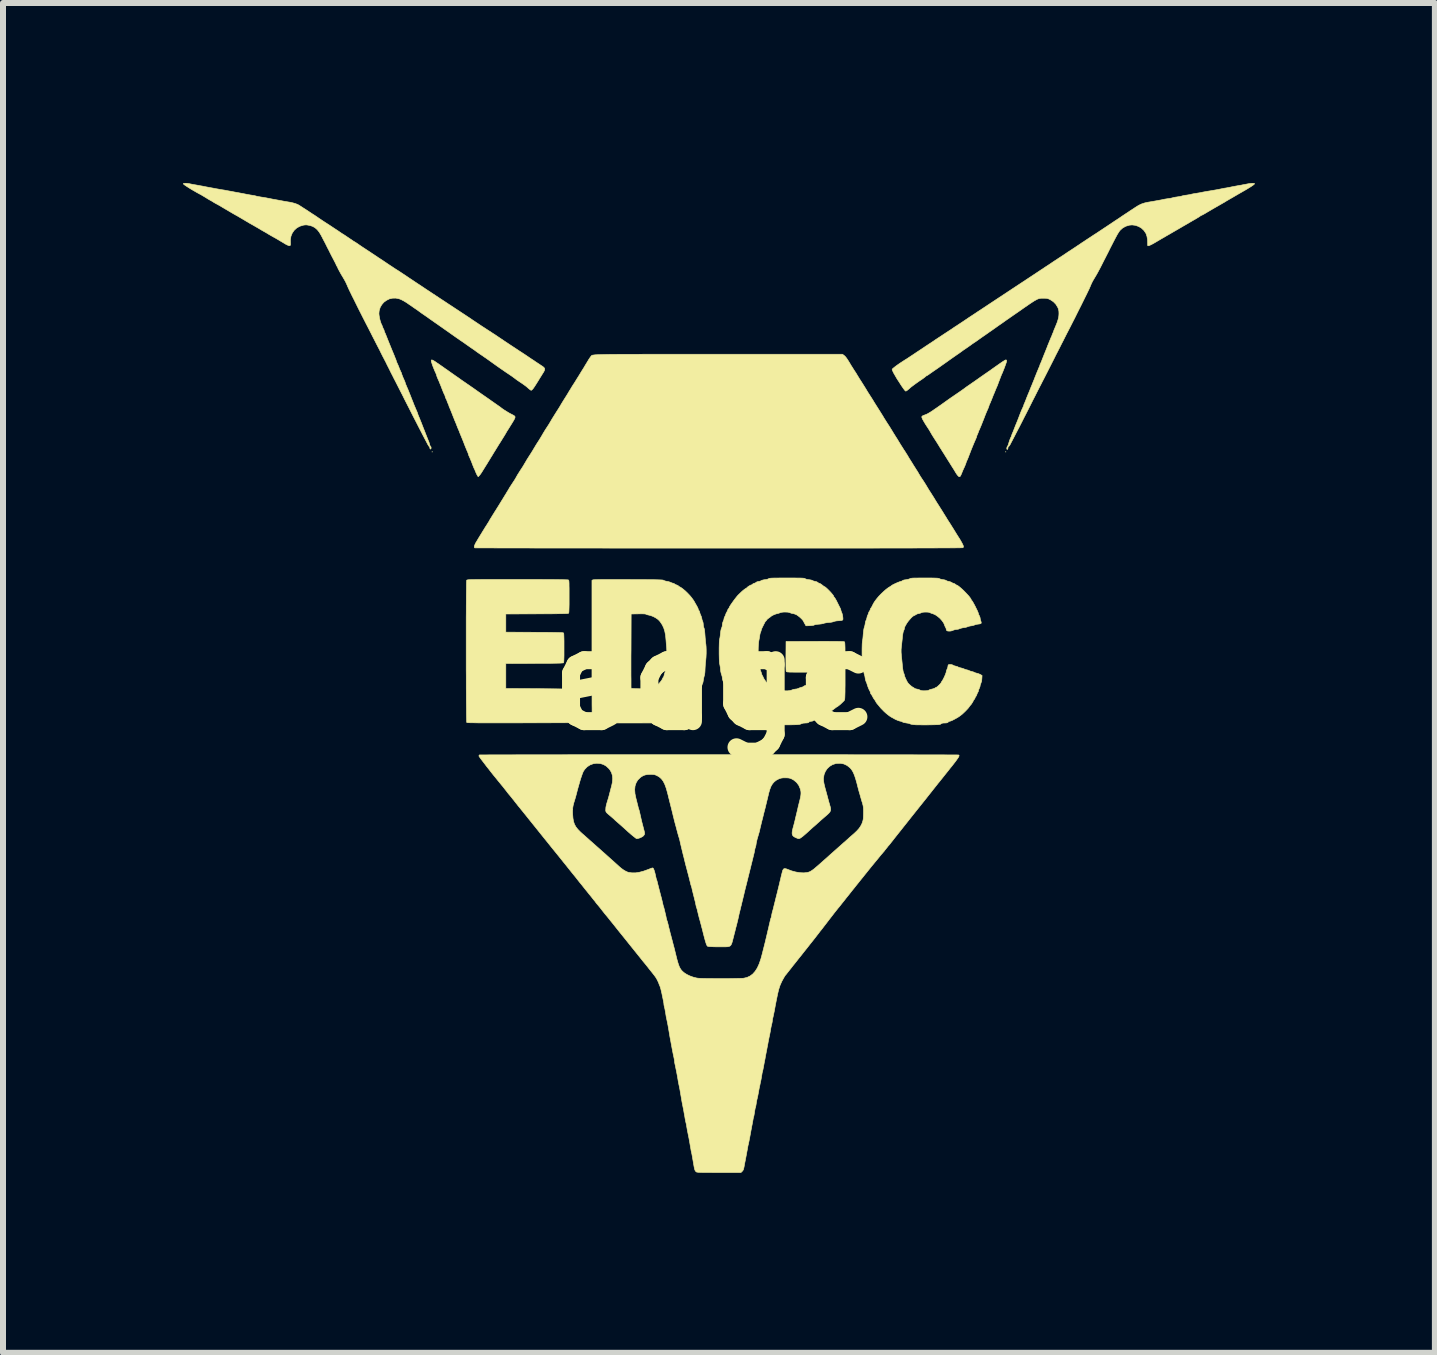
<source format=kicad_pcb>
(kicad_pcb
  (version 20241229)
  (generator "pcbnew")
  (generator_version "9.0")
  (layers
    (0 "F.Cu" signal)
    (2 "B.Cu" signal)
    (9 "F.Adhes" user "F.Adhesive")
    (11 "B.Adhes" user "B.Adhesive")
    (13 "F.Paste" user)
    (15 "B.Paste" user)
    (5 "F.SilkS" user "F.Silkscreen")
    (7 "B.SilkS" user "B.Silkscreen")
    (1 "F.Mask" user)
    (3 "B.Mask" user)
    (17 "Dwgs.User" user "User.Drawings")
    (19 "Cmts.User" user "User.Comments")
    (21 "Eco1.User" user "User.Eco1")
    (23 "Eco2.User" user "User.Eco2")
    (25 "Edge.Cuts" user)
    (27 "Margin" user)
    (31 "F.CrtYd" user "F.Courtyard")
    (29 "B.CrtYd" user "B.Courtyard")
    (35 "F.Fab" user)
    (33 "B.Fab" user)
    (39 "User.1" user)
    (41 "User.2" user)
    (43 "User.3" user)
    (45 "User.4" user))
  (footprint "edgc"
    (layer "F.Cu")
    (at 8.863 8.281)
    (property "Reference" "edgc" (at 0 0 0) (layer "F.SilkS") (effects (font (size 1.524 1.524) (thickness 0.3))))
    (attr through_hole)
    (fp_poly (pts (xy -4.706 -3.799) (xy -4.71 -3.796) (xy -4.713 -3.799) (xy -4.71 -3.803) (xy -4.706 -3.799)) (stroke (width 0.01) (type solid)) (fill yes) (layer "F.SilkS"))
    (fp_poly (pts (xy 4.854 -3.799) (xy 4.851 -3.796) (xy 4.847 -3.799) (xy 4.851 -3.803) (xy 4.854 -3.799)) (stroke (width 0.01) (type solid)) (fill yes) (layer "F.SilkS"))
    (fp_poly (pts (xy -3.144 -1.672) (xy -3.012 -1.672) (xy -2.894 -1.672) (xy -2.789 -1.671) (xy -2.699 -1.671) (xy -2.622 -1.67) (xy -2.559 -1.669) (xy -2.509 -1.668) (xy -2.473 -1.667) (xy -2.45 -1.666) (xy -2.441 -1.665) (xy -2.441 -1.665) (xy -2.437 -1.662) (xy -2.434 -1.659) (xy -2.432 -1.652) (xy -2.43 -1.641) (xy -2.429 -1.624) (xy -2.428 -1.6) (xy -2.428 -1.568) (xy -2.427 -1.527) (xy -2.427 -1.474) (xy -2.427 -1.409) (xy -2.427 -1.387) (xy -2.427 -1.316) (xy -2.427 -1.257) (xy -2.428 -1.21) (xy -2.429 -1.174) (xy -2.43 -1.147) (xy -2.431 -1.128) (xy -2.433 -1.116) (xy -2.436 -1.11) (xy -2.437 -1.109) (xy -2.444 -1.107) (xy -2.46 -1.105) (xy -2.488 -1.104) (xy -2.526 -1.103) (xy -2.576 -1.102) (xy -2.638 -1.101) (xy -2.712 -1.1) (xy -2.799 -1.1) (xy -2.899 -1.099) (xy -2.964 -1.099) (xy -3.482 -1.097) (xy -3.482 -0.794) (xy -3.006 -0.792) (xy -2.902 -0.791) (xy -2.812 -0.791) (xy -2.735 -0.79) (xy -2.671 -0.789) (xy -2.618 -0.788) (xy -2.578 -0.787) (xy -2.549 -0.786) (xy -2.53 -0.784) (xy -2.522 -0.782) (xy -2.521 -0.782) (xy -2.519 -0.778) (xy -2.516 -0.767) (xy -2.515 -0.75) (xy -2.514 -0.725) (xy -2.513 -0.691) (xy -2.512 -0.646) (xy -2.512 -0.59) (xy -2.512 -0.533) (xy -2.512 -0.465) (xy -2.512 -0.411) (xy -2.513 -0.368) (xy -2.514 -0.335) (xy -2.515 -0.312) (xy -2.517 -0.296) (xy -2.519 -0.287) (xy -2.521 -0.283) (xy -2.528 -0.281) (xy -2.546 -0.28) (xy -2.574 -0.278) (xy -2.613 -0.277) (xy -2.664 -0.276) (xy -2.727 -0.275) (xy -2.802 -0.275) (xy -2.891 -0.274) (xy -2.993 -0.274) (xy -3.006 -0.273) (xy -3.482 -0.272) (xy -3.482 0.145) (xy -2.948 0.148) (xy -2.833 0.149) (xy -2.733 0.15) (xy -2.646 0.151) (xy -2.573 0.152) (xy -2.514 0.153) (xy -2.467 0.155) (xy -2.434 0.156) (xy -2.414 0.158) (xy -2.406 0.159) (xy -2.404 0.168) (xy -2.402 0.189) (xy -2.401 0.224) (xy -2.4 0.271) (xy -2.4 0.333) (xy -2.4 0.408) (xy -2.401 0.441) (xy -2.402 0.716) (xy -3.264 0.718) (xy -3.398 0.718) (xy -3.519 0.718) (xy -3.628 0.718) (xy -3.724 0.718) (xy -3.808 0.718) (xy -3.881 0.718) (xy -3.943 0.718) (xy -3.996 0.717) (xy -4.039 0.716) (xy -4.073 0.716) (xy -4.099 0.715) (xy -4.117 0.714) (xy -4.128 0.713) (xy -4.133 0.711) (xy -4.133 0.711) (xy -4.134 0.703) (xy -4.135 0.682) (xy -4.136 0.649) (xy -4.137 0.604) (xy -4.138 0.548) (xy -4.138 0.483) (xy -4.139 0.409) (xy -4.14 0.327) (xy -4.14 0.239) (xy -4.141 0.144) (xy -4.141 0.044) (xy -4.141 -0.06) (xy -4.142 -0.167) (xy -4.142 -0.277) (xy -4.142 -0.389) (xy -4.142 -0.501) (xy -4.142 -0.613) (xy -4.142 -0.724) (xy -4.142 -0.833) (xy -4.142 -0.939) (xy -4.142 -1.041) (xy -4.141 -1.138) (xy -4.141 -1.23) (xy -4.14 -1.315) (xy -4.14 -1.393) (xy -4.139 -1.463) (xy -4.138 -1.524) (xy -4.138 -1.574) (xy -4.137 -1.614) (xy -4.136 -1.641) (xy -4.135 -1.656) (xy -4.134 -1.659) (xy -4.133 -1.661) (xy -4.131 -1.662) (xy -4.127 -1.664) (xy -4.12 -1.665) (xy -4.111 -1.667) (xy -4.097 -1.668) (xy -4.079 -1.669) (xy -4.055 -1.67) (xy -4.025 -1.67) (xy -3.988 -1.671) (xy -3.944 -1.671) (xy -3.891 -1.672) (xy -3.829 -1.672) (xy -3.756 -1.672) (xy -3.673 -1.672) (xy -3.579 -1.672) (xy -3.472 -1.672) (xy -3.352 -1.672) (xy -3.291 -1.672) (xy -3.144 -1.672)) (stroke (width 0.01) (type solid)) (fill yes) (layer "F.SilkS"))
    (fp_poly (pts (xy 4.857 -5.332) (xy 4.858 -5.331) (xy 4.865 -5.324) (xy 4.864 -5.307) (xy 4.864 -5.304) (xy 4.86 -5.29) (xy 4.852 -5.267) (xy 4.841 -5.236) (xy 4.829 -5.203) (xy 4.816 -5.17) (xy 4.804 -5.14) (xy 4.795 -5.117) (xy 4.791 -5.108) (xy 4.785 -5.097) (xy 4.776 -5.075) (xy 4.765 -5.047) (xy 4.753 -5.015) (xy 4.741 -4.984) (xy 4.73 -4.956) (xy 4.723 -4.936) (xy 4.723 -4.935) (xy 4.715 -4.914) (xy 4.708 -4.896) (xy 4.706 -4.893) (xy 4.703 -4.885) (xy 4.698 -4.875) (xy 4.692 -4.86) (xy 4.683 -4.839) (xy 4.671 -4.809) (xy 4.655 -4.77) (xy 4.644 -4.745) (xy 4.631 -4.712) (xy 4.619 -4.681) (xy 4.609 -4.656) (xy 4.603 -4.643) (xy 4.594 -4.619) (xy 4.583 -4.597) (xy 4.583 -4.597) (xy 4.576 -4.58) (xy 4.572 -4.568) (xy 4.572 -4.568) (xy 4.569 -4.557) (xy 4.562 -4.539) (xy 4.554 -4.518) (xy 4.543 -4.494) (xy 4.534 -4.473) (xy 4.529 -4.463) (xy 4.525 -4.452) (xy 4.516 -4.43) (xy 4.504 -4.4) (xy 4.49 -4.363) (xy 4.474 -4.322) (xy 4.469 -4.311) (xy 4.453 -4.269) (xy 4.438 -4.232) (xy 4.425 -4.202) (xy 4.416 -4.179) (xy 4.411 -4.167) (xy 4.41 -4.166) (xy 4.404 -4.155) (xy 4.397 -4.137) (xy 4.396 -4.132) (xy 4.387 -4.109) (xy 4.378 -4.088) (xy 4.377 -4.086) (xy 4.37 -4.07) (xy 4.367 -4.06) (xy 4.365 -4.049) (xy 4.358 -4.031) (xy 4.349 -4.01) (xy 4.322 -3.948) (xy 4.295 -3.883) (xy 4.27 -3.821) (xy 4.251 -3.771) (xy 4.24 -3.743) (xy 4.23 -3.716) (xy 4.224 -3.701) (xy 4.214 -3.677) (xy 4.204 -3.654) (xy 4.202 -3.651) (xy 4.195 -3.635) (xy 4.191 -3.623) (xy 4.191 -3.622) (xy 4.188 -3.612) (xy 4.181 -3.594) (xy 4.172 -3.57) (xy 4.162 -3.547) (xy 4.152 -3.526) (xy 4.149 -3.52) (xy 4.144 -3.509) (xy 4.135 -3.488) (xy 4.124 -3.462) (xy 4.121 -3.453) (xy 4.107 -3.42) (xy 4.096 -3.398) (xy 4.087 -3.387) (xy 4.078 -3.385) (xy 4.068 -3.389) (xy 4.062 -3.394) (xy 4.049 -3.408) (xy 4.033 -3.429) (xy 4.018 -3.452) (xy 4.001 -3.481) (xy 3.981 -3.514) (xy 3.961 -3.545) (xy 3.961 -3.545) (xy 3.932 -3.591) (xy 3.908 -3.63) (xy 3.886 -3.664) (xy 3.864 -3.7) (xy 3.862 -3.703) (xy 3.846 -3.728) (xy 3.826 -3.761) (xy 3.804 -3.795) (xy 3.792 -3.814) (xy 3.773 -3.845) (xy 3.754 -3.874) (xy 3.739 -3.899) (xy 3.732 -3.911) (xy 3.724 -3.923) (xy 3.716 -3.937) (xy 3.705 -3.954) (xy 3.691 -3.976) (xy 3.672 -4.005) (xy 3.648 -4.043) (xy 3.628 -4.074) (xy 3.614 -4.098) (xy 3.601 -4.12) (xy 3.595 -4.131) (xy 3.586 -4.147) (xy 3.572 -4.17) (xy 3.555 -4.196) (xy 3.549 -4.205) (xy 3.512 -4.262) (xy 3.484 -4.309) (xy 3.464 -4.345) (xy 3.454 -4.37) (xy 3.451 -4.382) (xy 3.457 -4.394) (xy 3.472 -4.403) (xy 3.489 -4.41) (xy 3.516 -4.42) (xy 3.54 -4.43) (xy 3.565 -4.444) (xy 3.594 -4.461) (xy 3.631 -4.485) (xy 3.641 -4.492) (xy 3.668 -4.511) (xy 3.692 -4.527) (xy 3.715 -4.543) (xy 3.739 -4.56) (xy 3.768 -4.58) (xy 3.803 -4.605) (xy 3.845 -4.635) (xy 3.901 -4.675) (xy 3.951 -4.71) (xy 4 -4.743) (xy 4.052 -4.779) (xy 4.057 -4.782) (xy 4.09 -4.805) (xy 4.127 -4.831) (xy 4.161 -4.855) (xy 4.17 -4.862) (xy 4.201 -4.885) (xy 4.236 -4.909) (xy 4.268 -4.931) (xy 4.272 -4.934) (xy 4.298 -4.952) (xy 4.332 -4.975) (xy 4.367 -5) (xy 4.396 -5.02) (xy 4.429 -5.044) (xy 4.464 -5.068) (xy 4.495 -5.09) (xy 4.516 -5.104) (xy 4.543 -5.123) (xy 4.576 -5.146) (xy 4.609 -5.169) (xy 4.621 -5.178) (xy 4.678 -5.218) (xy 4.725 -5.251) (xy 4.762 -5.277) (xy 4.791 -5.297) (xy 4.813 -5.311) (xy 4.829 -5.321) (xy 4.841 -5.328) (xy 4.848 -5.331) (xy 4.853 -5.332) (xy 4.857 -5.332)) (stroke (width 0.01) (type solid)) (fill yes) (layer "F.SilkS"))
    (fp_poly (pts (xy -4.707 -5.33) (xy -4.69 -5.322) (xy -4.665 -5.307) (xy -4.632 -5.284) (xy -4.588 -5.254) (xy -4.572 -5.243) (xy -4.533 -5.216) (xy -4.497 -5.19) (xy -4.459 -5.164) (xy -4.417 -5.134) (xy -4.38 -5.108) (xy -4.35 -5.087) (xy -4.315 -5.062) (xy -4.278 -5.037) (xy -4.253 -5.019) (xy -4.218 -4.994) (xy -4.18 -4.968) (xy -4.145 -4.944) (xy -4.124 -4.929) (xy -4.097 -4.911) (xy -4.063 -4.887) (xy -4.025 -4.861) (xy -3.987 -4.834) (xy -3.974 -4.825) (xy -3.938 -4.799) (xy -3.902 -4.774) (xy -3.869 -4.751) (xy -3.843 -4.733) (xy -3.834 -4.727) (xy -3.807 -4.708) (xy -3.774 -4.685) (xy -3.741 -4.662) (xy -3.729 -4.653) (xy -3.697 -4.631) (xy -3.663 -4.607) (xy -3.633 -4.586) (xy -3.623 -4.579) (xy -3.6 -4.563) (xy -3.581 -4.55) (xy -3.569 -4.541) (xy -3.568 -4.54) (xy -3.545 -4.522) (xy -3.513 -4.5) (xy -3.476 -4.477) (xy -3.439 -4.454) (xy -3.405 -4.435) (xy -3.389 -4.427) (xy -3.358 -4.411) (xy -3.339 -4.399) (xy -3.329 -4.388) (xy -3.328 -4.375) (xy -3.333 -4.358) (xy -3.34 -4.344) (xy -3.35 -4.325) (xy -3.367 -4.297) (xy -3.387 -4.264) (xy -3.409 -4.229) (xy -3.415 -4.219) (xy -3.435 -4.187) (xy -3.453 -4.159) (xy -3.467 -4.137) (xy -3.475 -4.123) (xy -3.476 -4.12) (xy -3.483 -4.109) (xy -3.496 -4.086) (xy -3.515 -4.055) (xy -3.539 -4.017) (xy -3.566 -3.973) (xy -3.58 -3.951) (xy -3.596 -3.926) (xy -3.609 -3.905) (xy -3.618 -3.89) (xy -3.62 -3.888) (xy -3.626 -3.877) (xy -3.638 -3.858) (xy -3.653 -3.833) (xy -3.665 -3.814) (xy -3.686 -3.78) (xy -3.71 -3.74) (xy -3.735 -3.7) (xy -3.748 -3.678) (xy -3.766 -3.649) (xy -3.782 -3.623) (xy -3.798 -3.596) (xy -3.816 -3.568) (xy -3.837 -3.534) (xy -3.863 -3.492) (xy -3.879 -3.466) (xy -3.896 -3.44) (xy -3.912 -3.418) (xy -3.925 -3.403) (xy -3.926 -3.401) (xy -3.943 -3.385) (xy -3.958 -3.409) (xy -3.969 -3.429) (xy -3.981 -3.456) (xy -3.987 -3.471) (xy -3.996 -3.493) (xy -4.003 -3.511) (xy -4.007 -3.517) (xy -4.012 -3.527) (xy -4.02 -3.546) (xy -4.03 -3.571) (xy -4.035 -3.584) (xy -4.046 -3.613) (xy -4.055 -3.637) (xy -4.062 -3.654) (xy -4.064 -3.658) (xy -4.07 -3.672) (xy -4.079 -3.694) (xy -4.088 -3.714) (xy -4.098 -3.736) (xy -4.104 -3.754) (xy -4.106 -3.762) (xy -4.109 -3.771) (xy -4.116 -3.79) (xy -4.127 -3.815) (xy -4.132 -3.826) (xy -4.145 -3.858) (xy -4.158 -3.889) (xy -4.168 -3.915) (xy -4.17 -3.919) (xy -4.179 -3.944) (xy -4.192 -3.977) (xy -4.207 -4.014) (xy -4.222 -4.051) (xy -4.236 -4.084) (xy -4.244 -4.104) (xy -4.251 -4.121) (xy -4.255 -4.132) (xy -4.255 -4.132) (xy -4.258 -4.142) (xy -4.265 -4.158) (xy -4.266 -4.159) (xy -4.273 -4.176) (xy -4.284 -4.201) (xy -4.295 -4.23) (xy -4.298 -4.237) (xy -4.308 -4.264) (xy -4.318 -4.287) (xy -4.324 -4.302) (xy -4.325 -4.305) (xy -4.33 -4.316) (xy -4.339 -4.337) (xy -4.349 -4.364) (xy -4.354 -4.375) (xy -4.374 -4.427) (xy -4.394 -4.477) (xy -4.412 -4.521) (xy -4.421 -4.541) (xy -4.428 -4.558) (xy -4.431 -4.569) (xy -4.431 -4.57) (xy -4.434 -4.579) (xy -4.441 -4.596) (xy -4.445 -4.604) (xy -4.453 -4.623) (xy -4.459 -4.636) (xy -4.459 -4.639) (xy -4.462 -4.649) (xy -4.47 -4.667) (xy -4.477 -4.681) (xy -4.487 -4.703) (xy -4.493 -4.721) (xy -4.494 -4.728) (xy -4.498 -4.742) (xy -4.501 -4.745) (xy -4.505 -4.754) (xy -4.514 -4.773) (xy -4.526 -4.801) (xy -4.539 -4.834) (xy -4.547 -4.854) (xy -4.561 -4.891) (xy -4.574 -4.923) (xy -4.585 -4.949) (xy -4.592 -4.966) (xy -4.593 -4.971) (xy -4.609 -5.005) (xy -4.622 -5.036) (xy -4.631 -5.059) (xy -4.635 -5.073) (xy -4.636 -5.075) (xy -4.638 -5.085) (xy -4.645 -5.103) (xy -4.652 -5.118) (xy -4.667 -5.151) (xy -4.682 -5.188) (xy -4.697 -5.225) (xy -4.709 -5.259) (xy -4.718 -5.287) (xy -4.723 -5.304) (xy -4.725 -5.319) (xy -4.723 -5.328) (xy -4.718 -5.332) (xy -4.707 -5.33)) (stroke (width 0.01) (type solid)) (fill yes) (layer "F.SilkS"))
    (fp_poly (pts (xy -1.567 -1.671) (xy -1.454 -1.671) (xy -1.44 -1.671) (xy -1.335 -1.67) (xy -1.244 -1.67) (xy -1.165 -1.67) (xy -1.098 -1.669) (xy -1.04 -1.669) (xy -0.993 -1.668) (xy -0.954 -1.667) (xy -0.923 -1.666) (xy -0.899 -1.665) (xy -0.881 -1.664) (xy -0.868 -1.663) (xy -0.859 -1.661) (xy -0.853 -1.659) (xy -0.849 -1.657) (xy -0.849 -1.657) (xy -0.835 -1.65) (xy -0.813 -1.644) (xy -0.796 -1.641) (xy -0.769 -1.636) (xy -0.742 -1.627) (xy -0.731 -1.622) (xy -0.712 -1.614) (xy -0.695 -1.609) (xy -0.692 -1.609) (xy -0.677 -1.604) (xy -0.67 -1.598) (xy -0.658 -1.59) (xy -0.639 -1.582) (xy -0.634 -1.58) (xy -0.617 -1.574) (xy -0.607 -1.568) (xy -0.607 -1.566) (xy -0.601 -1.558) (xy -0.59 -1.553) (xy -0.561 -1.537) (xy -0.527 -1.512) (xy -0.489 -1.48) (xy -0.451 -1.443) (xy -0.413 -1.403) (xy -0.38 -1.362) (xy -0.351 -1.322) (xy -0.333 -1.291) (xy -0.324 -1.274) (xy -0.311 -1.252) (xy -0.307 -1.245) (xy -0.288 -1.211) (xy -0.277 -1.187) (xy -0.275 -1.175) (xy -0.27 -1.163) (xy -0.265 -1.157) (xy -0.257 -1.145) (xy -0.25 -1.126) (xy -0.25 -1.123) (xy -0.243 -1.099) (xy -0.233 -1.076) (xy -0.233 -1.076) (xy -0.224 -1.055) (xy -0.217 -1.029) (xy -0.216 -1.026) (xy -0.211 -1.001) (xy -0.203 -0.979) (xy -0.201 -0.976) (xy -0.195 -0.957) (xy -0.191 -0.931) (xy -0.191 -0.921) (xy -0.188 -0.895) (xy -0.182 -0.872) (xy -0.179 -0.864) (xy -0.173 -0.846) (xy -0.168 -0.813) (xy -0.164 -0.768) (xy -0.162 -0.741) (xy -0.159 -0.7) (xy -0.155 -0.66) (xy -0.152 -0.626) (xy -0.149 -0.6) (xy -0.148 -0.596) (xy -0.144 -0.554) (xy -0.142 -0.501) (xy -0.142 -0.44) (xy -0.145 -0.374) (xy -0.151 -0.307) (xy -0.152 -0.3) (xy -0.156 -0.259) (xy -0.159 -0.217) (xy -0.161 -0.181) (xy -0.162 -0.153) (xy -0.162 -0.151) (xy -0.164 -0.12) (xy -0.168 -0.091) (xy -0.172 -0.072) (xy -0.179 -0.049) (xy -0.185 -0.02) (xy -0.19 0.007) (xy -0.194 0.033) (xy -0.199 0.054) (xy -0.204 0.066) (xy -0.204 0.066) (xy -0.21 0.078) (xy -0.216 0.098) (xy -0.219 0.111) (xy -0.225 0.133) (xy -0.233 0.15) (xy -0.237 0.156) (xy -0.245 0.169) (xy -0.247 0.18) (xy -0.251 0.197) (xy -0.261 0.214) (xy -0.271 0.229) (xy -0.275 0.242) (xy -0.275 0.242) (xy -0.279 0.255) (xy -0.288 0.269) (xy -0.3 0.288) (xy -0.307 0.303) (xy -0.315 0.322) (xy -0.327 0.339) (xy -0.341 0.358) (xy -0.353 0.374) (xy -0.37 0.397) (xy -0.393 0.425) (xy -0.42 0.455) (xy -0.448 0.486) (xy -0.477 0.515) (xy -0.504 0.54) (xy -0.527 0.561) (xy -0.545 0.574) (xy -0.555 0.579) (xy -0.564 0.582) (xy -0.564 0.584) (xy -0.57 0.591) (xy -0.584 0.6) (xy -0.587 0.602) (xy -0.606 0.612) (xy -0.62 0.62) (xy -0.621 0.62) (xy -0.651 0.636) (xy -0.684 0.65) (xy -0.713 0.659) (xy -0.717 0.66) (xy -0.739 0.666) (xy -0.758 0.673) (xy -0.76 0.674) (xy -0.775 0.681) (xy -0.799 0.686) (xy -0.816 0.689) (xy -0.845 0.694) (xy -0.874 0.702) (xy -0.887 0.706) (xy -0.893 0.709) (xy -0.9 0.711) (xy -0.909 0.713) (xy -0.921 0.714) (xy -0.936 0.716) (xy -0.957 0.717) (xy -0.984 0.718) (xy -1.017 0.718) (xy -1.058 0.719) (xy -1.108 0.719) (xy -1.167 0.719) (xy -1.237 0.72) (xy -1.319 0.72) (xy -1.413 0.72) (xy -1.477 0.72) (xy -1.564 0.72) (xy -1.648 0.719) (xy -1.726 0.719) (xy -1.798 0.719) (xy -1.863 0.718) (xy -1.92 0.718) (xy -1.967 0.717) (xy -2.003 0.717) (xy -2.028 0.716) (xy -2.04 0.715) (xy -2.041 0.715) (xy -2.042 0.708) (xy -2.042 0.687) (xy -2.043 0.653) (xy -2.043 0.608) (xy -2.044 0.551) (xy -2.044 0.484) (xy -2.045 0.408) (xy -2.045 0.322) (xy -2.045 0.228) (xy -2.045 0.126) (xy -2.046 0.018) (xy -2.046 -0.096) (xy -2.046 -0.216) (xy -2.046 -0.22) (xy -1.396 -0.22) (xy -1.396 -0.143) (xy -1.396 -0.074) (xy -1.395 -0.012) (xy -1.395 0.041) (xy -1.395 0.083) (xy -1.395 0.115) (xy -1.394 0.134) (xy -1.394 0.139) (xy -1.386 0.143) (xy -1.366 0.145) (xy -1.338 0.147) (xy -1.303 0.148) (xy -1.265 0.149) (xy -1.226 0.149) (xy -1.189 0.148) (xy -1.156 0.146) (xy -1.13 0.143) (xy -1.114 0.14) (xy -1.111 0.139) (xy -1.097 0.133) (xy -1.074 0.128) (xy -1.054 0.125) (xy -1.005 0.114) (xy -0.961 0.091) (xy -0.926 0.06) (xy -0.905 0.035) (xy -0.891 0.017) (xy -0.881 0.003) (xy -0.874 -0.01) (xy -0.871 -0.018) (xy -0.862 -0.035) (xy -0.855 -0.045) (xy -0.854 -0.045) (xy -0.849 -0.054) (xy -0.844 -0.072) (xy -0.843 -0.079) (xy -0.837 -0.102) (xy -0.83 -0.12) (xy -0.829 -0.123) (xy -0.825 -0.135) (xy -0.822 -0.158) (xy -0.818 -0.191) (xy -0.814 -0.23) (xy -0.81 -0.275) (xy -0.807 -0.322) (xy -0.804 -0.369) (xy -0.801 -0.414) (xy -0.8 -0.455) (xy -0.799 -0.489) (xy -0.8 -0.514) (xy -0.8 -0.519) (xy -0.802 -0.542) (xy -0.805 -0.574) (xy -0.808 -0.613) (xy -0.811 -0.654) (xy -0.812 -0.663) (xy -0.819 -0.74) (xy -0.832 -0.807) (xy -0.85 -0.865) (xy -0.875 -0.917) (xy -0.907 -0.965) (xy -0.925 -0.987) (xy -0.95 -1.01) (xy -0.984 -1.033) (xy -1.023 -1.054) (xy -1.062 -1.069) (xy -1.091 -1.077) (xy -1.115 -1.082) (xy -1.135 -1.088) (xy -1.14 -1.091) (xy -1.15 -1.095) (xy -1.165 -1.098) (xy -1.189 -1.099) (xy -1.223 -1.1) (xy -1.269 -1.099) (xy -1.274 -1.099) (xy -1.393 -1.097) (xy -1.395 -0.483) (xy -1.396 -0.391) (xy -1.396 -0.303) (xy -1.396 -0.22) (xy -2.046 -0.22) (xy -2.046 -0.34) (xy -2.046 -0.468) (xy -2.046 -1.658) (xy -2.032 -1.665) (xy -2.024 -1.667) (xy -2.006 -1.668) (xy -1.978 -1.669) (xy -1.939 -1.67) (xy -1.889 -1.671) (xy -1.828 -1.671) (xy -1.754 -1.671) (xy -1.667 -1.671) (xy -1.567 -1.671)) (stroke (width 0.01) (type solid)) (fill yes) (layer "F.SilkS"))
    (fp_poly (pts (xy -0.49 -5.426) (xy -0.312 -5.426) (xy -0.12 -5.426) (xy 0.059 -5.426) (xy 2.129 -5.426) (xy 2.152 -5.41) (xy 2.174 -5.391) (xy 2.199 -5.36) (xy 2.227 -5.317) (xy 2.251 -5.278) (xy 2.26 -5.262) (xy 2.275 -5.237) (xy 2.294 -5.208) (xy 2.31 -5.182) (xy 2.331 -5.149) (xy 2.353 -5.116) (xy 2.371 -5.086) (xy 2.381 -5.069) (xy 2.398 -5.042) (xy 2.414 -5.015) (xy 2.426 -4.997) (xy 2.446 -4.966) (xy 2.468 -4.931) (xy 2.49 -4.896) (xy 2.51 -4.864) (xy 2.526 -4.838) (xy 2.537 -4.819) (xy 2.54 -4.814) (xy 2.549 -4.799) (xy 2.563 -4.777) (xy 2.58 -4.751) (xy 2.586 -4.741) (xy 2.605 -4.712) (xy 2.624 -4.682) (xy 2.639 -4.658) (xy 2.642 -4.653) (xy 2.656 -4.629) (xy 2.675 -4.599) (xy 2.692 -4.572) (xy 2.752 -4.477) (xy 2.805 -4.392) (xy 2.82 -4.366) (xy 2.841 -4.333) (xy 2.863 -4.298) (xy 2.879 -4.273) (xy 2.9 -4.241) (xy 2.921 -4.208) (xy 2.938 -4.18) (xy 2.949 -4.163) (xy 2.962 -4.141) (xy 2.98 -4.111) (xy 3.001 -4.078) (xy 3.016 -4.053) (xy 3.037 -4.021) (xy 3.057 -3.988) (xy 3.074 -3.96) (xy 3.084 -3.944) (xy 3.096 -3.923) (xy 3.115 -3.894) (xy 3.136 -3.861) (xy 3.157 -3.827) (xy 3.158 -3.827) (xy 3.178 -3.796) (xy 3.196 -3.767) (xy 3.211 -3.744) (xy 3.22 -3.729) (xy 3.22 -3.728) (xy 3.231 -3.709) (xy 3.24 -3.694) (xy 3.248 -3.681) (xy 3.261 -3.661) (xy 3.276 -3.637) (xy 3.278 -3.634) (xy 3.296 -3.605) (xy 3.316 -3.572) (xy 3.338 -3.538) (xy 3.357 -3.507) (xy 3.373 -3.483) (xy 3.378 -3.475) (xy 3.387 -3.46) (xy 3.399 -3.44) (xy 3.402 -3.433) (xy 3.413 -3.416) (xy 3.421 -3.402) (xy 3.43 -3.387) (xy 3.442 -3.369) (xy 3.459 -3.343) (xy 3.468 -3.33) (xy 3.487 -3.301) (xy 3.506 -3.271) (xy 3.521 -3.247) (xy 3.524 -3.242) (xy 3.54 -3.215) (xy 3.558 -3.185) (xy 3.566 -3.171) (xy 3.598 -3.122) (xy 3.627 -3.076) (xy 3.653 -3.035) (xy 3.673 -3.002) (xy 3.679 -2.991) (xy 3.692 -2.971) (xy 3.709 -2.943) (xy 3.73 -2.911) (xy 3.75 -2.879) (xy 3.771 -2.846) (xy 3.79 -2.816) (xy 3.806 -2.79) (xy 3.817 -2.772) (xy 3.817 -2.772) (xy 3.83 -2.751) (xy 3.847 -2.724) (xy 3.864 -2.697) (xy 3.864 -2.696) (xy 3.883 -2.665) (xy 3.905 -2.631) (xy 3.925 -2.6) (xy 3.943 -2.571) (xy 3.965 -2.536) (xy 3.987 -2.501) (xy 3.994 -2.489) (xy 4.014 -2.457) (xy 4.034 -2.424) (xy 4.052 -2.396) (xy 4.058 -2.386) (xy 4.082 -2.349) (xy 4.103 -2.313) (xy 4.122 -2.279) (xy 4.136 -2.251) (xy 4.144 -2.231) (xy 4.145 -2.228) (xy 4.146 -2.213) (xy 4.137 -2.203) (xy 4.136 -2.202) (xy 4.13 -2.201) (xy 4.114 -2.201) (xy 4.089 -2.2) (xy 4.054 -2.2) (xy 4.009 -2.199) (xy 3.954 -2.199) (xy 3.888 -2.198) (xy 3.811 -2.198) (xy 3.724 -2.198) (xy 3.626 -2.197) (xy 3.517 -2.197) (xy 3.396 -2.197) (xy 3.264 -2.196) (xy 3.12 -2.196) (xy 2.965 -2.196) (xy 2.797 -2.196) (xy 2.618 -2.195) (xy 2.426 -2.195) (xy 2.221 -2.195) (xy 2.004 -2.195) (xy 1.774 -2.195) (xy 1.531 -2.195) (xy 1.274 -2.195) (xy 1.004 -2.195) (xy 0.721 -2.195) (xy 0.424 -2.195) (xy 0.113 -2.195) (xy 0.066 -2.195) (xy -0.173 -2.195) (xy -0.408 -2.195) (xy -0.639 -2.195) (xy -0.866 -2.195) (xy -1.089 -2.195) (xy -1.306 -2.195) (xy -1.518 -2.195) (xy -1.723 -2.195) (xy -1.923 -2.196) (xy -2.116 -2.196) (xy -2.302 -2.196) (xy -2.48 -2.196) (xy -2.651 -2.196) (xy -2.813 -2.196) (xy -2.967 -2.196) (xy -3.111 -2.197) (xy -3.247 -2.197) (xy -3.372 -2.197) (xy -3.487 -2.197) (xy -3.592 -2.197) (xy -3.685 -2.198) (xy -3.767 -2.198) (xy -3.838 -2.198) (xy -3.896 -2.198) (xy -3.941 -2.198) (xy -3.974 -2.199) (xy -3.993 -2.199) (xy -3.999 -2.199) (xy -4.007 -2.209) (xy -4.006 -2.229) (xy -3.996 -2.256) (xy -3.979 -2.29) (xy -3.976 -2.294) (xy -3.959 -2.322) (xy -3.944 -2.348) (xy -3.932 -2.368) (xy -3.93 -2.371) (xy -3.917 -2.392) (xy -3.905 -2.413) (xy -3.903 -2.415) (xy -3.895 -2.428) (xy -3.881 -2.451) (xy -3.864 -2.479) (xy -3.845 -2.509) (xy -3.826 -2.541) (xy -3.806 -2.571) (xy -3.79 -2.597) (xy -3.78 -2.613) (xy -3.768 -2.632) (xy -3.758 -2.648) (xy -3.756 -2.653) (xy -3.75 -2.664) (xy -3.738 -2.684) (xy -3.721 -2.711) (xy -3.703 -2.741) (xy -3.683 -2.772) (xy -3.665 -2.802) (xy -3.658 -2.812) (xy -3.645 -2.833) (xy -3.627 -2.862) (xy -3.605 -2.897) (xy -3.581 -2.936) (xy -3.556 -2.977) (xy -3.53 -3.019) (xy -3.505 -3.06) (xy -3.482 -3.097) (xy -3.462 -3.131) (xy -3.445 -3.158) (xy -3.434 -3.176) (xy -3.429 -3.185) (xy -3.429 -3.186) (xy -3.425 -3.192) (xy -3.416 -3.208) (xy -3.402 -3.229) (xy -3.395 -3.24) (xy -3.361 -3.292) (xy -3.334 -3.333) (xy -3.315 -3.365) (xy -3.309 -3.376) (xy -3.295 -3.401) (xy -3.283 -3.422) (xy -3.27 -3.442) (xy -3.255 -3.466) (xy -3.238 -3.493) (xy -3.216 -3.526) (xy -3.193 -3.562) (xy -3.173 -3.596) (xy -3.168 -3.605) (xy -3.15 -3.635) (xy -3.129 -3.671) (xy -3.106 -3.707) (xy -3.094 -3.726) (xy -3.076 -3.754) (xy -3.06 -3.779) (xy -3.048 -3.798) (xy -3.043 -3.807) (xy -3.033 -3.822) (xy -3.022 -3.842) (xy -3.02 -3.845) (xy -3.012 -3.858) (xy -3.005 -3.87) (xy -2.997 -3.883) (xy -2.987 -3.9) (xy -2.973 -3.923) (xy -2.953 -3.954) (xy -2.946 -3.965) (xy -2.924 -3.999) (xy -2.909 -4.024) (xy -2.897 -4.043) (xy -2.888 -4.059) (xy -2.878 -4.075) (xy -2.868 -4.093) (xy -2.861 -4.105) (xy -2.844 -4.133) (xy -2.824 -4.166) (xy -2.804 -4.197) (xy -2.802 -4.2) (xy -2.781 -4.232) (xy -2.763 -4.26) (xy -2.747 -4.287) (xy -2.728 -4.319) (xy -2.71 -4.35) (xy -2.693 -4.377) (xy -2.672 -4.411) (xy -2.65 -4.446) (xy -2.635 -4.47) (xy -2.613 -4.504) (xy -2.591 -4.539) (xy -2.571 -4.572) (xy -2.561 -4.59) (xy -2.542 -4.621) (xy -2.522 -4.654) (xy -2.505 -4.681) (xy -2.489 -4.706) (xy -2.469 -4.738) (xy -2.448 -4.772) (xy -2.437 -4.791) (xy -2.42 -4.819) (xy -2.403 -4.846) (xy -2.386 -4.875) (xy -2.366 -4.907) (xy -2.341 -4.945) (xy -2.313 -4.99) (xy -2.299 -5.013) (xy -2.282 -5.04) (xy -2.268 -5.062) (xy -2.251 -5.09) (xy -2.231 -5.123) (xy -2.212 -5.154) (xy -2.212 -5.154) (xy -2.195 -5.181) (xy -2.178 -5.208) (xy -2.166 -5.229) (xy -2.165 -5.231) (xy -2.153 -5.25) (xy -2.144 -5.266) (xy -2.141 -5.27) (xy -2.134 -5.281) (xy -2.123 -5.301) (xy -2.108 -5.324) (xy -2.107 -5.327) (xy -2.091 -5.352) (xy -2.076 -5.374) (xy -2.065 -5.389) (xy -2.064 -5.389) (xy -2.062 -5.393) (xy -2.059 -5.396) (xy -2.057 -5.399) (xy -2.055 -5.402) (xy -2.052 -5.405) (xy -2.047 -5.407) (xy -2.041 -5.409) (xy -2.033 -5.412) (xy -2.021 -5.413) (xy -2.007 -5.415) (xy -1.989 -5.417) (xy -1.967 -5.418) (xy -1.94 -5.419) (xy -1.908 -5.42) (xy -1.87 -5.421) (xy -1.826 -5.422) (xy -1.776 -5.423) (xy -1.719 -5.424) (xy -1.654 -5.424) (xy -1.582 -5.425) (xy -1.501 -5.425) (xy -1.411 -5.425) (xy -1.311 -5.425) (xy -1.202 -5.426) (xy -1.082 -5.426) (xy -0.952 -5.426) (xy -0.81 -5.426) (xy -0.656 -5.426) (xy -0.49 -5.426)) (stroke (width 0.01) (type solid)) (fill yes) (layer "F.SilkS"))
    (fp_poly (pts (xy 3.564 -1.697) (xy 3.615 -1.697) (xy 3.655 -1.696) (xy 3.686 -1.695) (xy 3.709 -1.694) (xy 3.725 -1.692) (xy 3.736 -1.69) (xy 3.743 -1.687) (xy 3.747 -1.685) (xy 3.763 -1.678) (xy 3.788 -1.672) (xy 3.808 -1.669) (xy 3.832 -1.665) (xy 3.851 -1.659) (xy 3.86 -1.654) (xy 3.871 -1.647) (xy 3.891 -1.642) (xy 3.901 -1.64) (xy 3.924 -1.634) (xy 3.945 -1.625) (xy 3.95 -1.622) (xy 3.966 -1.612) (xy 3.979 -1.609) (xy 3.993 -1.604) (xy 4.008 -1.595) (xy 4.021 -1.585) (xy 4.029 -1.58) (xy 4.043 -1.575) (xy 4.064 -1.561) (xy 4.09 -1.54) (xy 4.12 -1.514) (xy 4.152 -1.484) (xy 4.183 -1.452) (xy 4.213 -1.42) (xy 4.239 -1.391) (xy 4.259 -1.365) (xy 4.272 -1.345) (xy 4.276 -1.334) (xy 4.28 -1.326) (xy 4.289 -1.317) (xy 4.297 -1.306) (xy 4.309 -1.285) (xy 4.324 -1.258) (xy 4.341 -1.226) (xy 4.357 -1.193) (xy 4.373 -1.161) (xy 4.385 -1.134) (xy 4.393 -1.113) (xy 4.396 -1.103) (xy 4.399 -1.089) (xy 4.409 -1.071) (xy 4.41 -1.069) (xy 4.419 -1.049) (xy 4.424 -1.031) (xy 4.424 -1.03) (xy 4.426 -1.013) (xy 4.432 -0.99) (xy 4.436 -0.979) (xy 4.442 -0.958) (xy 4.442 -0.944) (xy 4.433 -0.936) (xy 4.414 -0.931) (xy 4.389 -0.928) (xy 4.363 -0.924) (xy 4.339 -0.917) (xy 4.33 -0.913) (xy 4.311 -0.907) (xy 4.286 -0.901) (xy 4.27 -0.899) (xy 4.244 -0.894) (xy 4.222 -0.888) (xy 4.213 -0.884) (xy 4.197 -0.878) (xy 4.173 -0.872) (xy 4.153 -0.87) (xy 4.125 -0.865) (xy 4.099 -0.858) (xy 4.085 -0.853) (xy 4.061 -0.844) (xy 4.035 -0.84) (xy 4.031 -0.84) (xy 4.004 -0.836) (xy 3.977 -0.827) (xy 3.974 -0.826) (xy 3.952 -0.817) (xy 3.925 -0.812) (xy 3.898 -0.812) (xy 3.877 -0.815) (xy 3.868 -0.82) (xy 3.861 -0.834) (xy 3.859 -0.843) (xy 3.855 -0.861) (xy 3.849 -0.872) (xy 3.84 -0.888) (xy 3.832 -0.909) (xy 3.831 -0.913) (xy 3.815 -0.949) (xy 3.788 -0.987) (xy 3.755 -1.024) (xy 3.716 -1.057) (xy 3.676 -1.084) (xy 3.637 -1.101) (xy 3.626 -1.104) (xy 3.605 -1.111) (xy 3.588 -1.119) (xy 3.588 -1.119) (xy 3.572 -1.125) (xy 3.548 -1.128) (xy 3.518 -1.129) (xy 3.488 -1.128) (xy 3.463 -1.125) (xy 3.447 -1.12) (xy 3.446 -1.119) (xy 3.431 -1.112) (xy 3.409 -1.106) (xy 3.402 -1.105) (xy 3.378 -1.099) (xy 3.357 -1.089) (xy 3.353 -1.086) (xy 3.338 -1.077) (xy 3.327 -1.072) (xy 3.327 -1.072) (xy 3.315 -1.067) (xy 3.296 -1.053) (xy 3.274 -1.032) (xy 3.251 -1.006) (xy 3.228 -0.979) (xy 3.208 -0.952) (xy 3.193 -0.928) (xy 3.191 -0.924) (xy 3.18 -0.904) (xy 3.171 -0.889) (xy 3.164 -0.869) (xy 3.161 -0.854) (xy 3.157 -0.834) (xy 3.149 -0.819) (xy 3.143 -0.803) (xy 3.137 -0.775) (xy 3.131 -0.734) (xy 3.128 -0.706) (xy 3.124 -0.664) (xy 3.119 -0.619) (xy 3.115 -0.579) (xy 3.111 -0.547) (xy 3.107 -0.504) (xy 3.107 -0.46) (xy 3.111 -0.409) (xy 3.111 -0.406) (xy 3.115 -0.367) (xy 3.12 -0.32) (xy 3.125 -0.271) (xy 3.128 -0.233) (xy 3.134 -0.183) (xy 3.14 -0.145) (xy 3.146 -0.12) (xy 3.149 -0.115) (xy 3.157 -0.096) (xy 3.161 -0.079) (xy 3.161 -0.078) (xy 3.164 -0.064) (xy 3.173 -0.041) (xy 3.186 -0.012) (xy 3.201 0.019) (xy 3.214 0.042) (xy 3.227 0.06) (xy 3.248 0.081) (xy 3.273 0.103) (xy 3.296 0.12) (xy 3.305 0.125) (xy 3.321 0.134) (xy 3.33 0.142) (xy 3.331 0.142) (xy 3.339 0.147) (xy 3.357 0.152) (xy 3.372 0.155) (xy 3.396 0.161) (xy 3.417 0.169) (xy 3.424 0.173) (xy 3.441 0.179) (xy 3.468 0.183) (xy 3.496 0.183) (xy 3.533 0.182) (xy 3.557 0.178) (xy 3.568 0.173) (xy 3.584 0.165) (xy 3.607 0.158) (xy 3.62 0.155) (xy 3.644 0.149) (xy 3.663 0.142) (xy 3.669 0.138) (xy 3.683 0.129) (xy 3.691 0.127) (xy 3.7 0.122) (xy 3.716 0.11) (xy 3.734 0.093) (xy 3.752 0.076) (xy 3.766 0.06) (xy 3.774 0.048) (xy 3.775 0.046) (xy 3.779 0.036) (xy 3.784 0.029) (xy 3.796 0.012) (xy 3.81 -0.013) (xy 3.825 -0.043) (xy 3.839 -0.074) (xy 3.85 -0.102) (xy 3.858 -0.125) (xy 3.859 -0.135) (xy 3.863 -0.152) (xy 3.871 -0.173) (xy 3.873 -0.178) (xy 3.883 -0.2) (xy 3.887 -0.222) (xy 3.888 -0.225) (xy 3.89 -0.242) (xy 3.896 -0.251) (xy 3.911 -0.255) (xy 3.933 -0.255) (xy 3.955 -0.251) (xy 3.971 -0.245) (xy 3.972 -0.244) (xy 3.986 -0.236) (xy 4.006 -0.23) (xy 4.011 -0.229) (xy 4.034 -0.223) (xy 4.053 -0.216) (xy 4.055 -0.214) (xy 4.071 -0.207) (xy 4.094 -0.2) (xy 4.108 -0.197) (xy 4.132 -0.19) (xy 4.152 -0.183) (xy 4.159 -0.18) (xy 4.176 -0.173) (xy 4.197 -0.167) (xy 4.201 -0.166) (xy 4.223 -0.161) (xy 4.241 -0.153) (xy 4.243 -0.152) (xy 4.26 -0.145) (xy 4.282 -0.139) (xy 4.286 -0.138) (xy 4.308 -0.132) (xy 4.326 -0.125) (xy 4.328 -0.123) (xy 4.345 -0.116) (xy 4.367 -0.11) (xy 4.371 -0.109) (xy 4.396 -0.102) (xy 4.422 -0.091) (xy 4.427 -0.088) (xy 4.456 -0.072) (xy 4.453 -0.021) (xy 4.449 0.022) (xy 4.438 0.054) (xy 4.438 0.055) (xy 4.429 0.076) (xy 4.424 0.096) (xy 4.424 0.099) (xy 4.421 0.116) (xy 4.412 0.138) (xy 4.41 0.143) (xy 4.401 0.163) (xy 4.396 0.179) (xy 4.396 0.182) (xy 4.392 0.198) (xy 4.386 0.208) (xy 4.377 0.224) (xy 4.369 0.246) (xy 4.368 0.248) (xy 4.36 0.267) (xy 4.351 0.281) (xy 4.349 0.283) (xy 4.341 0.296) (xy 4.339 0.303) (xy 4.334 0.317) (xy 4.325 0.328) (xy 4.314 0.34) (xy 4.311 0.349) (xy 4.307 0.358) (xy 4.298 0.374) (xy 4.286 0.393) (xy 4.274 0.411) (xy 4.264 0.422) (xy 4.263 0.423) (xy 4.256 0.431) (xy 4.245 0.446) (xy 4.238 0.456) (xy 4.225 0.473) (xy 4.204 0.496) (xy 4.178 0.523) (xy 4.15 0.55) (xy 4.124 0.574) (xy 4.106 0.588) (xy 4.081 0.607) (xy 4.051 0.627) (xy 4.017 0.646) (xy 3.984 0.664) (xy 3.954 0.679) (xy 3.93 0.688) (xy 3.916 0.691) (xy 3.902 0.696) (xy 3.891 0.706) (xy 3.88 0.714) (xy 3.865 0.718) (xy 3.84 0.72) (xy 3.835 0.72) (xy 3.805 0.721) (xy 3.785 0.726) (xy 3.772 0.734) (xy 3.766 0.739) (xy 3.758 0.742) (xy 3.747 0.745) (xy 3.731 0.747) (xy 3.707 0.748) (xy 3.675 0.749) (xy 3.633 0.75) (xy 3.579 0.751) (xy 3.526 0.752) (xy 3.474 0.752) (xy 3.425 0.751) (xy 3.382 0.751) (xy 3.349 0.75) (xy 3.337 0.749) (xy 3.303 0.746) (xy 3.276 0.741) (xy 3.26 0.736) (xy 3.257 0.735) (xy 3.245 0.729) (xy 3.223 0.724) (xy 3.196 0.72) (xy 3.193 0.719) (xy 3.162 0.714) (xy 3.14 0.708) (xy 3.128 0.702) (xy 3.113 0.694) (xy 3.1 0.691) (xy 3.085 0.688) (xy 3.062 0.681) (xy 3.035 0.67) (xy 3.01 0.659) (xy 2.992 0.649) (xy 2.977 0.64) (xy 2.963 0.633) (xy 2.94 0.62) (xy 2.915 0.604) (xy 2.894 0.588) (xy 2.89 0.585) (xy 2.876 0.574) (xy 2.86 0.561) (xy 2.843 0.546) (xy 2.819 0.524) (xy 2.795 0.499) (xy 2.772 0.476) (xy 2.756 0.457) (xy 2.755 0.456) (xy 2.742 0.44) (xy 2.725 0.419) (xy 2.715 0.408) (xy 2.699 0.388) (xy 2.688 0.371) (xy 2.684 0.363) (xy 2.676 0.348) (xy 2.664 0.331) (xy 2.663 0.33) (xy 2.65 0.312) (xy 2.637 0.289) (xy 2.632 0.28) (xy 2.621 0.259) (xy 2.611 0.244) (xy 2.607 0.24) (xy 2.598 0.226) (xy 2.596 0.216) (xy 2.592 0.199) (xy 2.584 0.183) (xy 2.573 0.163) (xy 2.56 0.133) (xy 2.547 0.097) (xy 2.539 0.071) (xy 2.532 0.048) (xy 2.522 0.028) (xy 2.522 0.027) (xy 2.516 0.01) (xy 2.51 -0.015) (xy 2.507 -0.033) (xy 2.503 -0.059) (xy 2.497 -0.083) (xy 2.493 -0.094) (xy 2.489 -0.108) (xy 2.484 -0.134) (xy 2.48 -0.166) (xy 2.477 -0.203) (xy 2.477 -0.203) (xy 2.474 -0.239) (xy 2.47 -0.272) (xy 2.466 -0.298) (xy 2.463 -0.313) (xy 2.463 -0.313) (xy 2.46 -0.327) (xy 2.458 -0.352) (xy 2.457 -0.386) (xy 2.456 -0.427) (xy 2.456 -0.47) (xy 2.456 -0.514) (xy 2.457 -0.556) (xy 2.458 -0.593) (xy 2.46 -0.623) (xy 2.462 -0.643) (xy 2.463 -0.646) (xy 2.466 -0.664) (xy 2.47 -0.692) (xy 2.473 -0.726) (xy 2.476 -0.763) (xy 2.48 -0.801) (xy 2.484 -0.834) (xy 2.489 -0.859) (xy 2.493 -0.873) (xy 2.499 -0.891) (xy 2.505 -0.916) (xy 2.508 -0.934) (xy 2.512 -0.96) (xy 2.518 -0.981) (xy 2.523 -0.991) (xy 2.53 -1.007) (xy 2.536 -1.029) (xy 2.537 -1.034) (xy 2.542 -1.056) (xy 2.549 -1.074) (xy 2.55 -1.076) (xy 2.558 -1.093) (xy 2.564 -1.113) (xy 2.571 -1.131) (xy 2.579 -1.143) (xy 2.587 -1.156) (xy 2.593 -1.172) (xy 2.598 -1.188) (xy 2.604 -1.196) (xy 2.611 -1.204) (xy 2.62 -1.221) (xy 2.625 -1.23) (xy 2.641 -1.263) (xy 2.656 -1.289) (xy 2.672 -1.313) (xy 2.693 -1.341) (xy 2.701 -1.351) (xy 2.735 -1.392) (xy 2.775 -1.433) (xy 2.816 -1.472) (xy 2.856 -1.507) (xy 2.893 -1.535) (xy 2.921 -1.552) (xy 2.935 -1.561) (xy 2.942 -1.566) (xy 2.952 -1.574) (xy 2.972 -1.586) (xy 2.999 -1.599) (xy 3.029 -1.613) (xy 3.058 -1.625) (xy 3.084 -1.635) (xy 3.102 -1.64) (xy 3.12 -1.646) (xy 3.132 -1.654) (xy 3.143 -1.66) (xy 3.163 -1.665) (xy 3.188 -1.668) (xy 3.215 -1.673) (xy 3.239 -1.679) (xy 3.253 -1.685) (xy 3.259 -1.688) (xy 3.268 -1.691) (xy 3.281 -1.693) (xy 3.299 -1.695) (xy 3.325 -1.696) (xy 3.36 -1.696) (xy 3.404 -1.697) (xy 3.461 -1.697) (xy 3.5 -1.697) (xy 3.564 -1.697)) (stroke (width 0.01) (type solid)) (fill yes) (layer "F.SilkS"))
    (fp_poly (pts (xy 1.276 -1.697) (xy 1.335 -1.697) (xy 1.384 -1.696) (xy 1.422 -1.696) (xy 1.451 -1.695) (xy 1.472 -1.694) (xy 1.488 -1.692) (xy 1.498 -1.69) (xy 1.504 -1.688) (xy 1.507 -1.685) (xy 1.522 -1.678) (xy 1.547 -1.672) (xy 1.57 -1.669) (xy 1.596 -1.665) (xy 1.618 -1.66) (xy 1.63 -1.655) (xy 1.643 -1.648) (xy 1.664 -1.642) (xy 1.674 -1.64) (xy 1.696 -1.635) (xy 1.714 -1.626) (xy 1.719 -1.622) (xy 1.732 -1.612) (xy 1.742 -1.609) (xy 1.75 -1.607) (xy 1.76 -1.602) (xy 1.775 -1.592) (xy 1.798 -1.575) (xy 1.806 -1.568) (xy 1.82 -1.558) (xy 1.83 -1.552) (xy 1.831 -1.552) (xy 1.841 -1.547) (xy 1.858 -1.533) (xy 1.88 -1.513) (xy 1.904 -1.489) (xy 1.928 -1.464) (xy 1.95 -1.439) (xy 1.968 -1.417) (xy 1.98 -1.4) (xy 1.983 -1.392) (xy 1.987 -1.382) (xy 1.995 -1.374) (xy 2.003 -1.363) (xy 2.016 -1.342) (xy 2.031 -1.315) (xy 2.045 -1.286) (xy 2.061 -1.254) (xy 2.075 -1.226) (xy 2.087 -1.203) (xy 2.093 -1.191) (xy 2.1 -1.174) (xy 2.103 -1.161) (xy 2.106 -1.148) (xy 2.113 -1.129) (xy 2.116 -1.123) (xy 2.124 -1.102) (xy 2.131 -1.073) (xy 2.135 -1.046) (xy 2.137 -1.023) (xy 2.137 -1.007) (xy 2.132 -0.997) (xy 2.121 -0.991) (xy 2.101 -0.988) (xy 2.069 -0.985) (xy 2.053 -0.984) (xy 2.024 -0.981) (xy 2 -0.976) (xy 1.985 -0.971) (xy 1.983 -0.97) (xy 1.971 -0.966) (xy 1.949 -0.961) (xy 1.921 -0.957) (xy 1.905 -0.956) (xy 1.873 -0.953) (xy 1.845 -0.948) (xy 1.825 -0.944) (xy 1.82 -0.941) (xy 1.804 -0.937) (xy 1.78 -0.932) (xy 1.749 -0.928) (xy 1.735 -0.927) (xy 1.704 -0.924) (xy 1.678 -0.92) (xy 1.662 -0.915) (xy 1.658 -0.913) (xy 1.645 -0.908) (xy 1.621 -0.905) (xy 1.588 -0.902) (xy 1.584 -0.902) (xy 1.521 -0.9) (xy 1.505 -0.928) (xy 1.492 -0.951) (xy 1.481 -0.973) (xy 1.478 -0.978) (xy 1.466 -0.997) (xy 1.444 -1.02) (xy 1.418 -1.044) (xy 1.389 -1.067) (xy 1.365 -1.083) (xy 1.34 -1.094) (xy 1.311 -1.103) (xy 1.302 -1.104) (xy 1.278 -1.109) (xy 1.259 -1.116) (xy 1.253 -1.119) (xy 1.237 -1.124) (xy 1.213 -1.128) (xy 1.182 -1.129) (xy 1.15 -1.129) (xy 1.121 -1.126) (xy 1.099 -1.122) (xy 1.092 -1.119) (xy 1.075 -1.112) (xy 1.052 -1.105) (xy 1.045 -1.104) (xy 1.022 -1.098) (xy 0.995 -1.088) (xy 0.968 -1.076) (xy 0.946 -1.063) (xy 0.935 -1.055) (xy 0.925 -1.046) (xy 0.908 -1.034) (xy 0.898 -1.027) (xy 0.88 -1.013) (xy 0.867 -1) (xy 0.864 -0.994) (xy 0.858 -0.983) (xy 0.853 -0.981) (xy 0.846 -0.975) (xy 0.838 -0.961) (xy 0.836 -0.958) (xy 0.827 -0.94) (xy 0.814 -0.915) (xy 0.801 -0.889) (xy 0.789 -0.865) (xy 0.78 -0.844) (xy 0.776 -0.831) (xy 0.776 -0.831) (xy 0.773 -0.815) (xy 0.766 -0.798) (xy 0.759 -0.779) (xy 0.753 -0.754) (xy 0.751 -0.74) (xy 0.747 -0.712) (xy 0.741 -0.679) (xy 0.736 -0.653) (xy 0.732 -0.627) (xy 0.729 -0.592) (xy 0.726 -0.551) (xy 0.725 -0.506) (xy 0.724 -0.461) (xy 0.725 -0.417) (xy 0.726 -0.378) (xy 0.729 -0.346) (xy 0.732 -0.325) (xy 0.733 -0.321) (xy 0.738 -0.305) (xy 0.743 -0.278) (xy 0.747 -0.248) (xy 0.748 -0.235) (xy 0.752 -0.203) (xy 0.757 -0.175) (xy 0.762 -0.155) (xy 0.764 -0.15) (xy 0.773 -0.129) (xy 0.78 -0.106) (xy 0.786 -0.086) (xy 0.793 -0.071) (xy 0.794 -0.071) (xy 0.803 -0.055) (xy 0.808 -0.043) (xy 0.816 -0.025) (xy 0.831 -0.001) (xy 0.85 0.026) (xy 0.869 0.05) (xy 0.885 0.066) (xy 0.909 0.085) (xy 0.936 0.104) (xy 0.961 0.12) (xy 0.976 0.128) (xy 0.994 0.137) (xy 1.009 0.145) (xy 1.028 0.152) (xy 1.051 0.155) (xy 1.054 0.155) (xy 1.081 0.16) (xy 1.099 0.169) (xy 1.117 0.177) (xy 1.145 0.182) (xy 1.179 0.184) (xy 1.215 0.184) (xy 1.249 0.18) (xy 1.278 0.173) (xy 1.288 0.169) (xy 1.313 0.16) (xy 1.339 0.156) (xy 1.344 0.155) (xy 1.37 0.152) (xy 1.395 0.143) (xy 1.397 0.142) (xy 1.421 0.132) (xy 1.446 0.125) (xy 1.447 0.124) (xy 1.467 0.119) (xy 1.481 0.11) (xy 1.482 0.109) (xy 1.494 0.101) (xy 1.513 0.095) (xy 1.515 0.095) (xy 1.532 0.089) (xy 1.542 0.082) (xy 1.543 0.081) (xy 1.551 0.072) (xy 1.568 0.064) (xy 1.57 0.063) (xy 1.595 0.055) (xy 1.595 -0.127) (xy 1.398 -0.127) (xy 1.338 -0.127) (xy 1.29 -0.128) (xy 1.254 -0.128) (xy 1.228 -0.13) (xy 1.21 -0.131) (xy 1.199 -0.134) (xy 1.193 -0.136) (xy 1.193 -0.137) (xy 1.191 -0.144) (xy 1.189 -0.162) (xy 1.188 -0.19) (xy 1.187 -0.23) (xy 1.187 -0.282) (xy 1.187 -0.346) (xy 1.187 -0.392) (xy 1.189 -0.639) (xy 1.667 -0.64) (xy 1.777 -0.641) (xy 1.873 -0.641) (xy 1.955 -0.64) (xy 2.023 -0.64) (xy 2.077 -0.639) (xy 2.117 -0.638) (xy 2.144 -0.637) (xy 2.158 -0.635) (xy 2.159 -0.635) (xy 2.162 -0.633) (xy 2.164 -0.63) (xy 2.166 -0.625) (xy 2.168 -0.617) (xy 2.169 -0.604) (xy 2.17 -0.587) (xy 2.171 -0.563) (xy 2.172 -0.532) (xy 2.172 -0.492) (xy 2.173 -0.444) (xy 2.173 -0.385) (xy 2.173 -0.315) (xy 2.173 -0.233) (xy 2.173 -0.155) (xy 2.173 -0.06) (xy 2.173 0.022) (xy 2.173 0.092) (xy 2.172 0.15) (xy 2.172 0.199) (xy 2.171 0.238) (xy 2.17 0.269) (xy 2.169 0.294) (xy 2.168 0.312) (xy 2.166 0.324) (xy 2.165 0.333) (xy 2.163 0.339) (xy 2.153 0.352) (xy 2.135 0.37) (xy 2.112 0.392) (xy 2.088 0.414) (xy 2.065 0.432) (xy 2.047 0.446) (xy 2.039 0.45) (xy 2.028 0.456) (xy 2.011 0.469) (xy 1.99 0.485) (xy 1.959 0.508) (xy 1.937 0.525) (xy 1.923 0.535) (xy 1.914 0.541) (xy 1.909 0.543) (xy 1.907 0.543) (xy 1.898 0.548) (xy 1.887 0.557) (xy 1.873 0.568) (xy 1.862 0.572) (xy 1.848 0.577) (xy 1.841 0.583) (xy 1.827 0.594) (xy 1.81 0.605) (xy 1.793 0.613) (xy 1.768 0.625) (xy 1.743 0.638) (xy 1.718 0.65) (xy 1.697 0.659) (xy 1.684 0.663) (xy 1.684 0.663) (xy 1.669 0.667) (xy 1.653 0.677) (xy 1.63 0.688) (xy 1.609 0.691) (xy 1.582 0.696) (xy 1.57 0.706) (xy 1.559 0.714) (xy 1.544 0.718) (xy 1.519 0.72) (xy 1.513 0.72) (xy 1.473 0.723) (xy 1.443 0.733) (xy 1.441 0.734) (xy 1.431 0.738) (xy 1.421 0.742) (xy 1.408 0.744) (xy 1.39 0.746) (xy 1.365 0.748) (xy 1.333 0.749) (xy 1.29 0.75) (xy 1.235 0.751) (xy 1.22 0.751) (xy 1.165 0.751) (xy 1.112 0.752) (xy 1.063 0.752) (xy 1.02 0.751) (xy 0.986 0.751) (xy 0.967 0.75) (xy 0.935 0.748) (xy 0.914 0.745) (xy 0.901 0.739) (xy 0.894 0.733) (xy 0.883 0.725) (xy 0.866 0.721) (xy 0.839 0.72) (xy 0.795 0.715) (xy 0.769 0.706) (xy 0.748 0.697) (xy 0.729 0.692) (xy 0.725 0.691) (xy 0.707 0.687) (xy 0.691 0.677) (xy 0.676 0.667) (xy 0.664 0.663) (xy 0.65 0.66) (xy 0.629 0.651) (xy 0.605 0.638) (xy 0.583 0.625) (xy 0.568 0.613) (xy 0.554 0.603) (xy 0.544 0.6) (xy 0.532 0.595) (xy 0.511 0.58) (xy 0.484 0.558) (xy 0.452 0.528) (xy 0.415 0.492) (xy 0.398 0.475) (xy 0.369 0.443) (xy 0.339 0.408) (xy 0.31 0.372) (xy 0.284 0.336) (xy 0.263 0.305) (xy 0.248 0.279) (xy 0.243 0.267) (xy 0.235 0.249) (xy 0.225 0.234) (xy 0.215 0.218) (xy 0.212 0.207) (xy 0.209 0.195) (xy 0.201 0.176) (xy 0.198 0.171) (xy 0.182 0.137) (xy 0.168 0.106) (xy 0.159 0.081) (xy 0.155 0.066) (xy 0.155 0.065) (xy 0.152 0.051) (xy 0.144 0.032) (xy 0.141 0.025) (xy 0.132 0.000007) (xy 0.127 -0.025) (xy 0.127 -0.03) (xy 0.124 -0.054) (xy 0.116 -0.081) (xy 0.114 -0.087) (xy 0.107 -0.109) (xy 0.1 -0.141) (xy 0.096 -0.175) (xy 0.096 -0.178) (xy 0.093 -0.209) (xy 0.088 -0.238) (xy 0.084 -0.259) (xy 0.083 -0.263) (xy 0.08 -0.278) (xy 0.078 -0.304) (xy 0.076 -0.34) (xy 0.075 -0.383) (xy 0.074 -0.43) (xy 0.074 -0.48) (xy 0.074 -0.529) (xy 0.075 -0.575) (xy 0.076 -0.616) (xy 0.078 -0.65) (xy 0.081 -0.673) (xy 0.083 -0.683) (xy 0.087 -0.701) (xy 0.091 -0.728) (xy 0.095 -0.759) (xy 0.096 -0.771) (xy 0.101 -0.814) (xy 0.108 -0.846) (xy 0.114 -0.861) (xy 0.123 -0.884) (xy 0.127 -0.911) (xy 0.127 -0.916) (xy 0.13 -0.942) (xy 0.139 -0.969) (xy 0.141 -0.974) (xy 0.15 -0.995) (xy 0.155 -1.014) (xy 0.155 -1.018) (xy 0.159 -1.037) (xy 0.165 -1.048) (xy 0.173 -1.064) (xy 0.182 -1.085) (xy 0.183 -1.09) (xy 0.191 -1.111) (xy 0.2 -1.126) (xy 0.201 -1.129) (xy 0.21 -1.144) (xy 0.215 -1.159) (xy 0.222 -1.176) (xy 0.23 -1.186) (xy 0.239 -1.196) (xy 0.24 -1.201) (xy 0.244 -1.212) (xy 0.255 -1.231) (xy 0.272 -1.257) (xy 0.293 -1.287) (xy 0.315 -1.318) (xy 0.339 -1.35) (xy 0.361 -1.378) (xy 0.38 -1.401) (xy 0.389 -1.411) (xy 0.418 -1.439) (xy 0.446 -1.466) (xy 0.473 -1.49) (xy 0.496 -1.508) (xy 0.513 -1.52) (xy 0.521 -1.524) (xy 0.531 -1.529) (xy 0.534 -1.533) (xy 0.545 -1.544) (xy 0.562 -1.557) (xy 0.582 -1.569) (xy 0.599 -1.578) (xy 0.608 -1.58) (xy 0.62 -1.585) (xy 0.631 -1.595) (xy 0.647 -1.605) (xy 0.66 -1.609) (xy 0.676 -1.614) (xy 0.687 -1.622) (xy 0.702 -1.632) (xy 0.726 -1.638) (xy 0.731 -1.639) (xy 0.753 -1.643) (xy 0.771 -1.65) (xy 0.775 -1.653) (xy 0.788 -1.659) (xy 0.811 -1.665) (xy 0.836 -1.669) (xy 0.866 -1.673) (xy 0.889 -1.68) (xy 0.899 -1.685) (xy 0.903 -1.688) (xy 0.91 -1.691) (xy 0.921 -1.692) (xy 0.938 -1.694) (xy 0.96 -1.695) (xy 0.991 -1.696) (xy 1.031 -1.696) (xy 1.081 -1.697) (xy 1.144 -1.697) (xy 1.203 -1.697) (xy 1.276 -1.697)) (stroke (width 0.01) (type solid)) (fill yes) (layer "F.SilkS"))
    (fp_poly (pts (xy 8.993 -8.273) (xy 8.999 -8.269) (xy 8.995 -8.263) (xy 8.982 -8.251) (xy 8.961 -8.236) (xy 8.945 -8.225) (xy 8.913 -8.205) (xy 8.89 -8.191) (xy 8.871 -8.179) (xy 8.852 -8.168) (xy 8.83 -8.155) (xy 8.801 -8.139) (xy 8.788 -8.131) (xy 8.758 -8.114) (xy 8.72 -8.092) (xy 8.677 -8.067) (xy 8.631 -8.04) (xy 8.587 -8.015) (xy 8.548 -7.992) (xy 8.517 -7.974) (xy 8.516 -7.973) (xy 8.507 -7.967) (xy 8.488 -7.956) (xy 8.46 -7.94) (xy 8.427 -7.921) (xy 8.389 -7.899) (xy 8.382 -7.895) (xy 8.338 -7.87) (xy 8.293 -7.844) (xy 8.251 -7.819) (xy 8.213 -7.797) (xy 8.188 -7.782) (xy 8.159 -7.765) (xy 8.135 -7.752) (xy 8.117 -7.743) (xy 8.109 -7.74) (xy 8.1 -7.736) (xy 8.099 -7.735) (xy 8.092 -7.729) (xy 8.076 -7.718) (xy 8.053 -7.704) (xy 8.043 -7.698) (xy 8.008 -7.677) (xy 7.962 -7.651) (xy 7.909 -7.62) (xy 7.851 -7.586) (xy 7.79 -7.551) (xy 7.729 -7.515) (xy 7.67 -7.481) (xy 7.615 -7.449) (xy 7.567 -7.421) (xy 7.535 -7.403) (xy 7.493 -7.378) (xy 7.449 -7.353) (xy 7.407 -7.328) (xy 7.371 -7.307) (xy 7.351 -7.295) (xy 7.306 -7.269) (xy 7.269 -7.25) (xy 7.242 -7.238) (xy 7.225 -7.234) (xy 7.219 -7.235) (xy 7.217 -7.244) (xy 7.216 -7.263) (xy 7.216 -7.284) (xy 7.214 -7.338) (xy 7.205 -7.39) (xy 7.19 -7.435) (xy 7.186 -7.443) (xy 7.155 -7.489) (xy 7.114 -7.528) (xy 7.066 -7.556) (xy 7.013 -7.575) (xy 6.957 -7.582) (xy 6.912 -7.578) (xy 6.852 -7.56) (xy 6.8 -7.531) (xy 6.76 -7.495) (xy 6.752 -7.486) (xy 6.745 -7.477) (xy 6.737 -7.465) (xy 6.728 -7.451) (xy 6.717 -7.434) (xy 6.704 -7.411) (xy 6.689 -7.383) (xy 6.671 -7.349) (xy 6.649 -7.307) (xy 6.623 -7.256) (xy 6.592 -7.196) (xy 6.557 -7.125) (xy 6.515 -7.043) (xy 6.509 -7.031) (xy 6.48 -6.975) (xy 6.453 -6.921) (xy 6.427 -6.87) (xy 6.403 -6.825) (xy 6.383 -6.788) (xy 6.367 -6.759) (xy 6.357 -6.742) (xy 6.332 -6.7) (xy 6.313 -6.668) (xy 6.298 -6.642) (xy 6.287 -6.62) (xy 6.277 -6.599) (xy 6.267 -6.576) (xy 6.262 -6.563) (xy 6.254 -6.545) (xy 6.241 -6.515) (xy 6.222 -6.476) (xy 6.199 -6.428) (xy 6.171 -6.372) (xy 6.141 -6.311) (xy 6.108 -6.244) (xy 6.073 -6.175) (xy 6.037 -6.103) (xy 6.001 -6.03) (xy 5.964 -5.958) (xy 5.928 -5.887) (xy 5.893 -5.819) (xy 5.87 -5.775) (xy 5.855 -5.745) (xy 5.834 -5.704) (xy 5.809 -5.654) (xy 5.78 -5.598) (xy 5.749 -5.536) (xy 5.716 -5.472) (xy 5.682 -5.406) (xy 5.659 -5.359) (xy 5.626 -5.294) (xy 5.593 -5.229) (xy 5.561 -5.166) (xy 5.531 -5.107) (xy 5.504 -5.054) (xy 5.481 -5.009) (xy 5.462 -4.973) (xy 5.452 -4.953) (xy 5.438 -4.925) (xy 5.417 -4.885) (xy 5.393 -4.838) (xy 5.365 -4.783) (xy 5.335 -4.723) (xy 5.303 -4.661) (xy 5.271 -4.597) (xy 5.255 -4.565) (xy 5.216 -4.488) (xy 5.182 -4.421) (xy 5.152 -4.363) (xy 5.126 -4.311) (xy 5.101 -4.262) (xy 5.077 -4.215) (xy 5.052 -4.168) (xy 5.026 -4.118) (xy 4.998 -4.063) (xy 4.977 -4.023) (xy 4.96 -3.99) (xy 4.944 -3.96) (xy 4.931 -3.935) (xy 4.923 -3.919) (xy 4.923 -3.919) (xy 4.912 -3.902) (xy 4.902 -3.891) (xy 4.9 -3.89) (xy 4.891 -3.881) (xy 4.889 -3.873) (xy 4.887 -3.855) (xy 4.88 -3.842) (xy 4.875 -3.838) (xy 4.87 -3.844) (xy 4.868 -3.859) (xy 4.872 -3.878) (xy 4.879 -3.89) (xy 4.887 -3.903) (xy 4.895 -3.923) (xy 4.896 -3.927) (xy 4.904 -3.955) (xy 4.913 -3.984) (xy 4.923 -4.011) (xy 4.932 -4.032) (xy 4.938 -4.045) (xy 4.939 -4.046) (xy 4.945 -4.059) (xy 4.946 -4.063) (xy 4.949 -4.075) (xy 4.956 -4.094) (xy 4.959 -4.102) (xy 4.968 -4.122) (xy 4.98 -4.151) (xy 4.992 -4.182) (xy 4.995 -4.19) (xy 5.006 -4.218) (xy 5.015 -4.242) (xy 5.022 -4.257) (xy 5.023 -4.261) (xy 5.028 -4.271) (xy 5.036 -4.292) (xy 5.048 -4.321) (xy 5.061 -4.355) (xy 5.066 -4.367) (xy 5.081 -4.408) (xy 5.093 -4.438) (xy 5.102 -4.461) (xy 5.109 -4.478) (xy 5.115 -4.494) (xy 5.123 -4.51) (xy 5.132 -4.53) (xy 5.132 -4.53) (xy 5.142 -4.552) (xy 5.149 -4.568) (xy 5.151 -4.575) (xy 5.153 -4.585) (xy 5.16 -4.601) (xy 5.161 -4.603) (xy 5.168 -4.619) (xy 5.178 -4.644) (xy 5.19 -4.674) (xy 5.196 -4.691) (xy 5.208 -4.72) (xy 5.218 -4.745) (xy 5.225 -4.763) (xy 5.228 -4.768) (xy 5.233 -4.781) (xy 5.242 -4.802) (xy 5.25 -4.822) (xy 5.261 -4.85) (xy 5.272 -4.878) (xy 5.278 -4.893) (xy 5.285 -4.908) (xy 5.295 -4.934) (xy 5.309 -4.968) (xy 5.325 -5.007) (xy 5.341 -5.05) (xy 5.344 -5.055) (xy 5.36 -5.097) (xy 5.376 -5.136) (xy 5.39 -5.169) (xy 5.4 -5.195) (xy 5.407 -5.209) (xy 5.408 -5.211) (xy 5.415 -5.227) (xy 5.419 -5.24) (xy 5.419 -5.24) (xy 5.422 -5.252) (xy 5.429 -5.268) (xy 5.429 -5.268) (xy 5.437 -5.285) (xy 5.447 -5.309) (xy 5.458 -5.337) (xy 5.458 -5.338) (xy 5.469 -5.365) (xy 5.479 -5.39) (xy 5.486 -5.408) (xy 5.486 -5.408) (xy 5.491 -5.421) (xy 5.501 -5.445) (xy 5.514 -5.477) (xy 5.529 -5.515) (xy 5.546 -5.557) (xy 5.549 -5.567) (xy 5.566 -5.608) (xy 5.581 -5.645) (xy 5.594 -5.676) (xy 5.603 -5.699) (xy 5.608 -5.71) (xy 5.609 -5.711) (xy 5.615 -5.722) (xy 5.621 -5.741) (xy 5.623 -5.746) (xy 5.632 -5.769) (xy 5.641 -5.789) (xy 5.642 -5.792) (xy 5.649 -5.807) (xy 5.651 -5.816) (xy 5.654 -5.826) (xy 5.661 -5.843) (xy 5.662 -5.844) (xy 5.688 -5.907) (xy 5.709 -5.959) (xy 5.723 -6.004) (xy 5.733 -6.043) (xy 5.737 -6.08) (xy 5.738 -6.107) (xy 5.737 -6.139) (xy 5.733 -6.165) (xy 5.726 -6.189) (xy 5.717 -6.209) (xy 5.686 -6.26) (xy 5.645 -6.302) (xy 5.593 -6.336) (xy 5.589 -6.338) (xy 5.565 -6.349) (xy 5.545 -6.356) (xy 5.524 -6.359) (xy 5.497 -6.36) (xy 5.479 -6.36) (xy 5.459 -6.36) (xy 5.442 -6.36) (xy 5.426 -6.358) (xy 5.41 -6.355) (xy 5.393 -6.35) (xy 5.374 -6.342) (xy 5.352 -6.33) (xy 5.325 -6.315) (xy 5.294 -6.295) (xy 5.256 -6.27) (xy 5.211 -6.239) (xy 5.157 -6.202) (xy 5.095 -6.158) (xy 5.021 -6.107) (xy 5.017 -6.104) (xy 4.986 -6.083) (xy 4.952 -6.059) (xy 4.922 -6.039) (xy 4.918 -6.035) (xy 4.893 -6.018) (xy 4.861 -5.996) (xy 4.827 -5.972) (xy 4.798 -5.951) (xy 4.762 -5.926) (xy 4.724 -5.9) (xy 4.688 -5.874) (xy 4.665 -5.858) (xy 4.637 -5.838) (xy 4.61 -5.819) (xy 4.588 -5.804) (xy 4.58 -5.799) (xy 4.563 -5.786) (xy 4.538 -5.769) (xy 4.51 -5.749) (xy 4.498 -5.741) (xy 4.466 -5.719) (xy 4.432 -5.695) (xy 4.401 -5.673) (xy 4.394 -5.668) (xy 4.369 -5.65) (xy 4.346 -5.634) (xy 4.329 -5.623) (xy 4.327 -5.622) (xy 4.311 -5.611) (xy 4.289 -5.596) (xy 4.269 -5.581) (xy 4.245 -5.564) (xy 4.215 -5.543) (xy 4.183 -5.521) (xy 4.17 -5.512) (xy 4.144 -5.495) (xy 4.124 -5.48) (xy 4.11 -5.47) (xy 4.106 -5.467) (xy 4.099 -5.462) (xy 4.083 -5.45) (xy 4.061 -5.435) (xy 4.046 -5.425) (xy 4.016 -5.404) (xy 3.98 -5.379) (xy 3.943 -5.353) (xy 3.919 -5.336) (xy 3.856 -5.291) (xy 3.795 -5.248) (xy 3.737 -5.207) (xy 3.685 -5.171) (xy 3.641 -5.141) (xy 3.624 -5.129) (xy 3.61 -5.119) (xy 3.589 -5.105) (xy 3.572 -5.092) (xy 3.552 -5.079) (xy 3.536 -5.069) (xy 3.529 -5.066) (xy 3.521 -5.062) (xy 3.52 -5.061) (xy 3.515 -5.055) (xy 3.5 -5.043) (xy 3.479 -5.027) (xy 3.464 -5.016) (xy 3.409 -4.979) (xy 3.365 -4.948) (xy 3.329 -4.922) (xy 3.301 -4.901) (xy 3.277 -4.883) (xy 3.258 -4.867) (xy 3.241 -4.851) (xy 3.24 -4.851) (xy 3.219 -4.833) (xy 3.2 -4.819) (xy 3.187 -4.812) (xy 3.185 -4.812) (xy 3.176 -4.817) (xy 3.162 -4.833) (xy 3.142 -4.86) (xy 3.115 -4.899) (xy 3.105 -4.914) (xy 3.083 -4.949) (xy 3.063 -4.98) (xy 3.046 -5.005) (xy 3.035 -5.023) (xy 3.031 -5.03) (xy 3.024 -5.042) (xy 3.012 -5.063) (xy 2.997 -5.089) (xy 2.989 -5.102) (xy 2.975 -5.129) (xy 2.964 -5.153) (xy 2.958 -5.169) (xy 2.958 -5.174) (xy 2.964 -5.184) (xy 2.982 -5.199) (xy 3.008 -5.22) (xy 3.042 -5.245) (xy 3.082 -5.273) (xy 3.126 -5.302) (xy 3.174 -5.333) (xy 3.205 -5.352) (xy 3.213 -5.357) (xy 3.232 -5.37) (xy 3.259 -5.388) (xy 3.294 -5.411) (xy 3.333 -5.437) (xy 3.376 -5.466) (xy 3.384 -5.471) (xy 3.431 -5.502) (xy 3.476 -5.532) (xy 3.517 -5.56) (xy 3.554 -5.584) (xy 3.582 -5.603) (xy 3.602 -5.615) (xy 3.602 -5.616) (xy 3.625 -5.631) (xy 3.645 -5.644) (xy 3.657 -5.652) (xy 3.658 -5.654) (xy 3.665 -5.658) (xy 3.682 -5.67) (xy 3.707 -5.686) (xy 3.737 -5.706) (xy 3.771 -5.728) (xy 3.805 -5.751) (xy 3.84 -5.774) (xy 3.871 -5.794) (xy 3.898 -5.812) (xy 3.917 -5.824) (xy 3.923 -5.828) (xy 3.935 -5.836) (xy 3.953 -5.848) (xy 3.965 -5.856) (xy 3.989 -5.873) (xy 4.018 -5.892) (xy 4.036 -5.903) (xy 4.064 -5.922) (xy 4.099 -5.945) (xy 4.137 -5.97) (xy 4.174 -5.995) (xy 4.207 -6.017) (xy 4.23 -6.033) (xy 4.242 -6.041) (xy 4.265 -6.056) (xy 4.297 -6.077) (xy 4.335 -6.102) (xy 4.378 -6.131) (xy 4.426 -6.162) (xy 4.459 -6.184) (xy 4.575 -6.261) (xy 4.693 -6.339) (xy 4.814 -6.419) (xy 4.941 -6.503) (xy 5.076 -6.592) (xy 5.22 -6.687) (xy 5.232 -6.695) (xy 5.282 -6.728) (xy 5.329 -6.759) (xy 5.371 -6.787) (xy 5.406 -6.81) (xy 5.434 -6.829) (xy 5.454 -6.842) (xy 5.462 -6.847) (xy 5.463 -6.847) (xy 5.471 -6.853) (xy 5.49 -6.866) (xy 5.517 -6.884) (xy 5.551 -6.906) (xy 5.589 -6.931) (xy 5.621 -6.953) (xy 5.672 -6.987) (xy 5.73 -7.025) (xy 5.79 -7.064) (xy 5.847 -7.102) (xy 5.897 -7.136) (xy 5.905 -7.141) (xy 5.947 -7.168) (xy 5.986 -7.194) (xy 6.021 -7.217) (xy 6.049 -7.236) (xy 6.069 -7.249) (xy 6.075 -7.253) (xy 6.09 -7.263) (xy 6.114 -7.28) (xy 6.147 -7.301) (xy 6.184 -7.326) (xy 6.225 -7.353) (xy 6.248 -7.368) (xy 6.289 -7.395) (xy 6.325 -7.419) (xy 6.357 -7.439) (xy 6.381 -7.455) (xy 6.396 -7.465) (xy 6.401 -7.468) (xy 6.409 -7.474) (xy 6.428 -7.486) (xy 6.455 -7.504) (xy 6.489 -7.527) (xy 6.529 -7.553) (xy 6.572 -7.582) (xy 6.584 -7.59) (xy 6.629 -7.62) (xy 6.672 -7.649) (xy 6.712 -7.675) (xy 6.745 -7.697) (xy 6.77 -7.714) (xy 6.786 -7.725) (xy 6.787 -7.726) (xy 6.813 -7.743) (xy 6.846 -7.765) (xy 6.883 -7.789) (xy 6.921 -7.815) (xy 6.96 -7.84) (xy 6.996 -7.864) (xy 7.027 -7.884) (xy 7.051 -7.899) (xy 7.066 -7.908) (xy 7.066 -7.908) (xy 7.111 -7.93) (xy 7.165 -7.948) (xy 7.213 -7.959) (xy 7.291 -7.972) (xy 7.359 -7.984) (xy 7.414 -7.994) (xy 7.456 -8.002) (xy 7.468 -8.005) (xy 7.503 -8.012) (xy 7.542 -8.018) (xy 7.568 -8.022) (xy 7.596 -8.026) (xy 7.62 -8.031) (xy 7.635 -8.035) (xy 7.649 -8.039) (xy 7.674 -8.044) (xy 7.703 -8.048) (xy 7.715 -8.05) (xy 7.744 -8.054) (xy 7.769 -8.059) (xy 7.785 -8.063) (xy 7.789 -8.064) (xy 7.801 -8.068) (xy 7.822 -8.072) (xy 7.85 -8.077) (xy 7.862 -8.078) (xy 7.892 -8.083) (xy 7.919 -8.087) (xy 7.937 -8.091) (xy 7.941 -8.093) (xy 7.955 -8.096) (xy 7.979 -8.101) (xy 8.008 -8.106) (xy 8.013 -8.106) (xy 8.047 -8.112) (xy 8.084 -8.118) (xy 8.114 -8.124) (xy 8.137 -8.129) (xy 8.17 -8.135) (xy 8.21 -8.142) (xy 8.253 -8.149) (xy 8.276 -8.153) (xy 8.318 -8.16) (xy 8.359 -8.167) (xy 8.394 -8.173) (xy 8.421 -8.179) (xy 8.431 -8.181) (xy 8.46 -8.187) (xy 8.49 -8.193) (xy 8.502 -8.195) (xy 8.524 -8.198) (xy 8.554 -8.204) (xy 8.587 -8.21) (xy 8.597 -8.212) (xy 8.624 -8.218) (xy 8.647 -8.222) (xy 8.672 -8.227) (xy 8.7 -8.232) (xy 8.736 -8.239) (xy 8.781 -8.246) (xy 8.793 -8.249) (xy 8.826 -8.255) (xy 8.862 -8.262) (xy 8.883 -8.266) (xy 8.916 -8.272) (xy 8.948 -8.275) (xy 8.974 -8.276) (xy 8.993 -8.273)) (stroke (width 0.01) (type solid)) (fill yes) (layer "F.SilkS"))
    (fp_poly (pts (xy -8.799 -8.275) (xy -8.766 -8.271) (xy -8.742 -8.266) (xy -8.708 -8.259) (xy -8.671 -8.252) (xy -8.65 -8.249) (xy -8.618 -8.243) (xy -8.585 -8.237) (xy -8.565 -8.233) (xy -8.551 -8.231) (xy -8.535 -8.228) (xy -8.516 -8.224) (xy -8.491 -8.219) (xy -8.459 -8.213) (xy -8.418 -8.205) (xy -8.366 -8.196) (xy -8.322 -8.187) (xy -8.284 -8.181) (xy -8.243 -8.173) (xy -8.207 -8.167) (xy -8.202 -8.167) (xy -8.166 -8.161) (xy -8.125 -8.153) (xy -8.087 -8.146) (xy -8.086 -8.146) (xy -8.052 -8.14) (xy -8.012 -8.132) (xy -7.969 -8.124) (xy -7.945 -8.12) (xy -7.904 -8.112) (xy -7.86 -8.104) (xy -7.82 -8.096) (xy -7.8 -8.092) (xy -7.767 -8.086) (xy -7.734 -8.08) (xy -7.707 -8.076) (xy -7.701 -8.075) (xy -7.676 -8.071) (xy -7.655 -8.066) (xy -7.648 -8.064) (xy -7.634 -8.06) (xy -7.609 -8.055) (xy -7.579 -8.05) (xy -7.564 -8.047) (xy -7.529 -8.042) (xy -7.494 -8.036) (xy -7.465 -8.031) (xy -7.458 -8.029) (xy -7.433 -8.025) (xy -7.4 -8.018) (xy -7.365 -8.011) (xy -7.348 -8.008) (xy -7.298 -7.999) (xy -7.238 -7.988) (xy -7.174 -7.976) (xy -7.109 -7.965) (xy -7.072 -7.959) (xy -7.029 -7.949) (xy -6.988 -7.937) (xy -6.952 -7.923) (xy -6.931 -7.912) (xy -6.917 -7.903) (xy -6.892 -7.887) (xy -6.858 -7.865) (xy -6.814 -7.837) (xy -6.764 -7.804) (xy -6.707 -7.766) (xy -6.678 -7.748) (xy -6.654 -7.732) (xy -6.635 -7.719) (xy -6.623 -7.711) (xy -6.622 -7.71) (xy -6.613 -7.704) (xy -6.596 -7.692) (xy -6.57 -7.675) (xy -6.539 -7.654) (xy -6.504 -7.631) (xy -6.467 -7.607) (xy -6.431 -7.584) (xy -6.398 -7.562) (xy -6.369 -7.543) (xy -6.347 -7.528) (xy -6.336 -7.521) (xy -6.315 -7.507) (xy -6.287 -7.489) (xy -6.259 -7.47) (xy -6.254 -7.466) (xy -6.23 -7.45) (xy -6.211 -7.437) (xy -6.199 -7.43) (xy -6.197 -7.429) (xy -6.189 -7.424) (xy -6.172 -7.413) (xy -6.148 -7.397) (xy -6.12 -7.378) (xy -6.118 -7.377) (xy -6.086 -7.355) (xy -6.054 -7.334) (xy -6.027 -7.315) (xy -6.009 -7.304) (xy -5.981 -7.287) (xy -5.951 -7.267) (xy -5.937 -7.257) (xy -5.921 -7.246) (xy -5.895 -7.228) (xy -5.862 -7.206) (xy -5.824 -7.181) (xy -5.783 -7.154) (xy -5.764 -7.142) (xy -5.715 -7.109) (xy -5.659 -7.072) (xy -5.6 -7.032) (xy -5.541 -6.994) (xy -5.488 -6.958) (xy -5.48 -6.953) (xy -5.439 -6.925) (xy -5.401 -6.9) (xy -5.369 -6.879) (xy -5.344 -6.862) (xy -5.327 -6.851) (xy -5.321 -6.847) (xy -5.302 -6.835) (xy -5.276 -6.819) (xy -5.244 -6.798) (xy -5.205 -6.772) (xy -5.156 -6.74) (xy -5.099 -6.701) (xy -5.031 -6.656) (xy -4.957 -6.606) (xy -4.938 -6.594) (xy -4.909 -6.575) (xy -4.87 -6.549) (xy -4.824 -6.518) (xy -4.771 -6.483) (xy -4.712 -6.444) (xy -4.648 -6.402) (xy -4.582 -6.358) (xy -4.513 -6.313) (xy -4.444 -6.267) (xy -4.375 -6.222) (xy -4.339 -6.198) (xy -4.278 -6.158) (xy -4.227 -6.124) (xy -4.184 -6.096) (xy -4.149 -6.073) (xy -4.118 -6.052) (xy -4.09 -6.034) (xy -4.065 -6.017) (xy -4.039 -5.999) (xy -4.036 -5.997) (xy -4.015 -5.983) (xy -3.985 -5.963) (xy -3.949 -5.939) (xy -3.909 -5.912) (xy -3.868 -5.885) (xy -3.829 -5.86) (xy -3.8 -5.841) (xy -3.779 -5.827) (xy -3.761 -5.816) (xy -3.756 -5.812) (xy -3.745 -5.806) (xy -3.726 -5.793) (xy -3.699 -5.775) (xy -3.667 -5.755) (xy -3.633 -5.732) (xy -3.599 -5.709) (xy -3.568 -5.688) (xy -3.54 -5.67) (xy -3.52 -5.656) (xy -3.513 -5.651) (xy -3.492 -5.637) (xy -3.463 -5.618) (xy -3.426 -5.593) (xy -3.379 -5.562) (xy -3.321 -5.524) (xy -3.291 -5.504) (xy -3.252 -5.478) (xy -3.213 -5.453) (xy -3.178 -5.43) (xy -3.149 -5.411) (xy -3.129 -5.397) (xy -3.129 -5.397) (xy -3.108 -5.383) (xy -3.079 -5.363) (xy -3.044 -5.34) (xy -3.007 -5.316) (xy -2.992 -5.305) (xy -2.957 -5.282) (xy -2.925 -5.261) (xy -2.897 -5.242) (xy -2.877 -5.229) (xy -2.87 -5.225) (xy -2.849 -5.208) (xy -2.836 -5.192) (xy -2.834 -5.175) (xy -2.84 -5.152) (xy -2.856 -5.123) (xy -2.867 -5.106) (xy -2.879 -5.087) (xy -2.896 -5.059) (xy -2.917 -5.026) (xy -2.939 -4.989) (xy -2.953 -4.967) (xy -2.983 -4.919) (xy -3.007 -4.882) (xy -3.026 -4.855) (xy -3.041 -4.838) (xy -3.052 -4.828) (xy -3.06 -4.826) (xy -3.07 -4.83) (xy -3.086 -4.842) (xy -3.103 -4.856) (xy -3.121 -4.872) (xy -3.138 -4.887) (xy -3.158 -4.902) (xy -3.181 -4.919) (xy -3.211 -4.94) (xy -3.25 -4.966) (xy -3.256 -4.97) (xy -3.285 -4.99) (xy -3.311 -5.008) (xy -3.33 -5.023) (xy -3.341 -5.031) (xy -3.352 -5.039) (xy -3.372 -5.054) (xy -3.398 -5.072) (xy -3.428 -5.092) (xy -3.429 -5.093) (xy -3.483 -5.129) (xy -3.529 -5.161) (xy -3.57 -5.189) (xy -3.61 -5.217) (xy -3.651 -5.246) (xy -3.697 -5.279) (xy -3.75 -5.317) (xy -3.771 -5.332) (xy -3.788 -5.344) (xy -3.813 -5.362) (xy -3.843 -5.382) (xy -3.875 -5.405) (xy -3.88 -5.408) (xy -3.91 -5.428) (xy -3.936 -5.446) (xy -3.956 -5.46) (xy -3.967 -5.468) (xy -3.968 -5.469) (xy -3.977 -5.475) (xy -3.994 -5.488) (xy -4.018 -5.505) (xy -4.046 -5.524) (xy -4.046 -5.524) (xy -4.078 -5.546) (xy -4.109 -5.568) (xy -4.136 -5.587) (xy -4.152 -5.598) (xy -4.178 -5.617) (xy -4.206 -5.636) (xy -4.219 -5.645) (xy -4.238 -5.657) (xy -4.264 -5.676) (xy -4.295 -5.697) (xy -4.325 -5.718) (xy -4.359 -5.742) (xy -4.393 -5.766) (xy -4.424 -5.788) (xy -4.445 -5.803) (xy -4.474 -5.823) (xy -4.508 -5.847) (xy -4.539 -5.869) (xy -4.54 -5.87) (xy -4.568 -5.889) (xy -4.602 -5.913) (xy -4.637 -5.938) (xy -4.657 -5.951) (xy -4.689 -5.974) (xy -4.722 -5.997) (xy -4.751 -6.017) (xy -4.766 -6.028) (xy -4.791 -6.046) (xy -4.823 -6.068) (xy -4.856 -6.091) (xy -4.868 -6.099) (xy -4.894 -6.117) (xy -4.914 -6.132) (xy -4.928 -6.142) (xy -4.932 -6.145) (xy -4.939 -6.15) (xy -4.955 -6.162) (xy -4.977 -6.177) (xy -4.995 -6.189) (xy -5.024 -6.209) (xy -5.052 -6.229) (xy -5.075 -6.245) (xy -5.084 -6.25) (xy -5.135 -6.286) (xy -5.185 -6.316) (xy -5.23 -6.339) (xy -5.259 -6.35) (xy -5.315 -6.362) (xy -5.37 -6.361) (xy -5.423 -6.349) (xy -5.471 -6.325) (xy -5.515 -6.293) (xy -5.55 -6.252) (xy -5.577 -6.205) (xy -5.593 -6.151) (xy -5.597 -6.107) (xy -5.595 -6.08) (xy -5.59 -6.048) (xy -5.583 -6.012) (xy -5.574 -5.978) (xy -5.564 -5.948) (xy -5.556 -5.927) (xy -5.553 -5.923) (xy -5.547 -5.912) (xy -5.541 -5.894) (xy -5.539 -5.888) (xy -5.53 -5.866) (xy -5.522 -5.848) (xy -5.52 -5.846) (xy -5.512 -5.83) (xy -5.51 -5.821) (xy -5.507 -5.808) (xy -5.5 -5.79) (xy -5.499 -5.789) (xy -5.489 -5.767) (xy -5.479 -5.743) (xy -5.479 -5.743) (xy -5.474 -5.73) (xy -5.464 -5.705) (xy -5.451 -5.672) (xy -5.435 -5.632) (xy -5.417 -5.588) (xy -5.398 -5.541) (xy -5.379 -5.494) (xy -5.36 -5.449) (xy -5.343 -5.408) (xy -5.329 -5.372) (xy -5.328 -5.369) (xy -5.317 -5.344) (xy -5.31 -5.323) (xy -5.306 -5.311) (xy -5.306 -5.309) (xy -5.303 -5.299) (xy -5.295 -5.282) (xy -5.295 -5.281) (xy -5.287 -5.265) (xy -5.276 -5.24) (xy -5.264 -5.211) (xy -5.259 -5.196) (xy -5.247 -5.168) (xy -5.237 -5.145) (xy -5.23 -5.13) (xy -5.228 -5.126) (xy -5.221 -5.113) (xy -5.221 -5.11) (xy -5.218 -5.098) (xy -5.21 -5.076) (xy -5.198 -5.045) (xy -5.181 -5.007) (xy -5.168 -4.977) (xy -5.161 -4.96) (xy -5.158 -4.948) (xy -5.158 -4.947) (xy -5.155 -4.938) (xy -5.148 -4.92) (xy -5.139 -4.899) (xy -5.129 -4.875) (xy -5.12 -4.854) (xy -5.115 -4.844) (xy -5.111 -4.833) (xy -5.102 -4.811) (xy -5.09 -4.781) (xy -5.075 -4.744) (xy -5.059 -4.703) (xy -5.056 -4.695) (xy -5.033 -4.638) (xy -5.015 -4.591) (xy -4.999 -4.553) (xy -4.986 -4.522) (xy -4.974 -4.494) (xy -4.963 -4.469) (xy -4.956 -4.452) (xy -4.953 -4.442) (xy -4.953 -4.442) (xy -4.95 -4.433) (xy -4.944 -4.415) (xy -4.934 -4.391) (xy -4.929 -4.379) (xy -4.919 -4.356) (xy -4.906 -4.322) (xy -4.889 -4.281) (xy -4.871 -4.234) (xy -4.852 -4.185) (xy -4.84 -4.156) (xy -4.822 -4.109) (xy -4.805 -4.066) (xy -4.79 -4.028) (xy -4.778 -3.998) (xy -4.769 -3.977) (xy -4.766 -3.969) (xy -4.758 -3.946) (xy -4.752 -3.922) (xy -4.752 -3.922) (xy -4.746 -3.904) (xy -4.739 -3.893) (xy -4.737 -3.892) (xy -4.73 -3.883) (xy -4.727 -3.867) (xy -4.73 -3.85) (xy -4.737 -3.845) (xy -4.744 -3.85) (xy -4.748 -3.86) (xy -4.748 -3.867) (xy -4.753 -3.881) (xy -4.759 -3.888) (xy -4.77 -3.901) (xy -4.78 -3.919) (xy -4.781 -3.919) (xy -4.788 -3.934) (xy -4.801 -3.958) (xy -4.816 -3.987) (xy -4.825 -4.004) (xy -4.854 -4.059) (xy -4.888 -4.125) (xy -4.928 -4.202) (xy -4.972 -4.288) (xy -5.02 -4.381) (xy -5.071 -4.482) (xy -5.125 -4.588) (xy -5.137 -4.611) (xy -5.169 -4.674) (xy -5.202 -4.741) (xy -5.236 -4.807) (xy -5.268 -4.87) (xy -5.298 -4.929) (xy -5.324 -4.98) (xy -5.345 -5.02) (xy -5.369 -5.068) (xy -5.394 -5.116) (xy -5.417 -5.163) (xy -5.438 -5.205) (xy -5.455 -5.238) (xy -5.459 -5.246) (xy -5.474 -5.277) (xy -5.487 -5.304) (xy -5.498 -5.324) (xy -5.503 -5.334) (xy -5.503 -5.334) (xy -5.508 -5.343) (xy -5.518 -5.363) (xy -5.533 -5.391) (xy -5.551 -5.427) (xy -5.571 -5.467) (xy -5.58 -5.486) (xy -5.607 -5.538) (xy -5.638 -5.598) (xy -5.67 -5.661) (xy -5.701 -5.721) (xy -5.726 -5.771) (xy -5.771 -5.859) (xy -5.816 -5.946) (xy -5.86 -6.032) (xy -5.902 -6.115) (xy -5.942 -6.194) (xy -5.979 -6.269) (xy -6.013 -6.338) (xy -6.044 -6.399) (xy -6.07 -6.453) (xy -6.092 -6.498) (xy -6.108 -6.533) (xy -6.119 -6.557) (xy -6.121 -6.563) (xy -6.137 -6.599) (xy -6.155 -6.637) (xy -6.174 -6.671) (xy -6.177 -6.676) (xy -6.202 -6.719) (xy -6.227 -6.76) (xy -6.248 -6.798) (xy -6.265 -6.83) (xy -6.278 -6.853) (xy -6.283 -6.867) (xy -6.291 -6.885) (xy -6.297 -6.893) (xy -6.306 -6.908) (xy -6.311 -6.921) (xy -6.318 -6.938) (xy -6.323 -6.947) (xy -6.327 -6.955) (xy -6.337 -6.974) (xy -6.352 -7.003) (xy -6.371 -7.039) (xy -6.393 -7.081) (xy -6.417 -7.129) (xy -6.428 -7.152) (xy -6.455 -7.203) (xy -6.48 -7.254) (xy -6.504 -7.301) (xy -6.526 -7.342) (xy -6.543 -7.376) (xy -6.556 -7.4) (xy -6.558 -7.405) (xy -6.591 -7.46) (xy -6.625 -7.503) (xy -6.662 -7.535) (xy -6.702 -7.558) (xy -6.749 -7.573) (xy -6.755 -7.574) (xy -6.787 -7.58) (xy -6.811 -7.583) (xy -6.835 -7.581) (xy -6.856 -7.578) (xy -6.915 -7.56) (xy -6.966 -7.532) (xy -7.008 -7.494) (xy -7.041 -7.447) (xy -7.063 -7.394) (xy -7.073 -7.335) (xy -7.072 -7.287) (xy -7.071 -7.258) (xy -7.075 -7.241) (xy -7.085 -7.235) (xy -7.102 -7.238) (xy -7.112 -7.242) (xy -7.135 -7.252) (xy -7.162 -7.267) (xy -7.178 -7.277) (xy -7.201 -7.291) (xy -7.232 -7.309) (xy -7.265 -7.329) (xy -7.299 -7.349) (xy -7.33 -7.367) (xy -7.354 -7.38) (xy -7.365 -7.386) (xy -7.377 -7.393) (xy -7.398 -7.405) (xy -7.428 -7.422) (xy -7.462 -7.443) (xy -7.5 -7.465) (xy -7.546 -7.491) (xy -7.596 -7.521) (xy -7.646 -7.55) (xy -7.691 -7.576) (xy -7.714 -7.589) (xy -7.75 -7.609) (xy -7.783 -7.629) (xy -7.811 -7.645) (xy -7.831 -7.657) (xy -7.837 -7.661) (xy -7.873 -7.682) (xy -7.907 -7.702) (xy -7.938 -7.72) (xy -7.961 -7.734) (xy -7.971 -7.739) (xy -7.982 -7.745) (xy -8.003 -7.757) (xy -8.031 -7.773) (xy -8.065 -7.793) (xy -8.101 -7.814) (xy -8.138 -7.836) (xy -8.174 -7.857) (xy -8.206 -7.876) (xy -8.231 -7.891) (xy -8.247 -7.901) (xy -8.262 -7.909) (xy -8.285 -7.922) (xy -8.31 -7.935) (xy -8.311 -7.936) (xy -8.335 -7.949) (xy -8.355 -7.961) (xy -8.367 -7.969) (xy -8.368 -7.969) (xy -8.383 -7.979) (xy -8.389 -7.982) (xy -8.399 -7.987) (xy -8.418 -7.998) (xy -8.444 -8.013) (xy -8.474 -8.032) (xy -8.481 -8.036) (xy -8.512 -8.055) (xy -8.541 -8.072) (xy -8.564 -8.086) (xy -8.578 -8.094) (xy -8.58 -8.094) (xy -8.593 -8.101) (xy -8.615 -8.113) (xy -8.642 -8.128) (xy -8.671 -8.145) (xy -8.699 -8.161) (xy -8.721 -8.174) (xy -8.731 -8.18) (xy -8.776 -8.208) (xy -8.813 -8.232) (xy -8.839 -8.25) (xy -8.854 -8.263) (xy -8.858 -8.269) (xy -8.848 -8.274) (xy -8.827 -8.276) (xy -8.799 -8.275)) (stroke (width 0.01) (type solid)) (fill yes) (layer "F.SilkS"))
    (fp_poly (pts (xy 0.052 1.249) (xy 0.258 1.249) (xy 0.463 1.249) (xy 0.667 1.249) (xy 0.87 1.249) (xy 1.071 1.249) (xy 1.27 1.249) (xy 1.465 1.249) (xy 1.658 1.249) (xy 1.846 1.249) (xy 2.031 1.249) (xy 2.21 1.249) (xy 2.384 1.25) (xy 2.553 1.25) (xy 2.715 1.25) (xy 2.87 1.25) (xy 3.018 1.25) (xy 3.159 1.25) (xy 3.291 1.25) (xy 3.415 1.251) (xy 3.529 1.251) (xy 3.634 1.251) (xy 3.728 1.251) (xy 3.812 1.251) (xy 3.885 1.252) (xy 3.946 1.252) (xy 3.996 1.252) (xy 4.032 1.252) (xy 4.056 1.253) (xy 4.066 1.253) (xy 4.066 1.253) (xy 4.072 1.257) (xy 4.073 1.266) (xy 4.069 1.278) (xy 4.059 1.297) (xy 4.042 1.321) (xy 4.019 1.354) (xy 3.988 1.394) (xy 3.949 1.444) (xy 3.925 1.473) (xy 3.89 1.518) (xy 3.856 1.56) (xy 3.825 1.599) (xy 3.799 1.632) (xy 3.778 1.658) (xy 3.764 1.675) (xy 3.761 1.679) (xy 3.746 1.698) (xy 3.734 1.713) (xy 3.729 1.719) (xy 3.72 1.729) (xy 3.708 1.745) (xy 3.708 1.746) (xy 3.7 1.755) (xy 3.685 1.774) (xy 3.663 1.802) (xy 3.635 1.837) (xy 3.603 1.878) (xy 3.566 1.924) (xy 3.527 1.974) (xy 3.503 2.004) (xy 3.415 2.114) (xy 3.336 2.213) (xy 3.265 2.302) (xy 3.202 2.382) (xy 3.147 2.451) (xy 3.099 2.512) (xy 3.058 2.563) (xy 3.024 2.606) (xy 2.997 2.64) (xy 2.976 2.667) (xy 2.961 2.687) (xy 2.957 2.691) (xy 2.938 2.715) (xy 2.922 2.736) (xy 2.91 2.75) (xy 2.908 2.753) (xy 2.895 2.767) (xy 2.889 2.774) (xy 2.882 2.784) (xy 2.868 2.801) (xy 2.85 2.824) (xy 2.84 2.836) (xy 2.822 2.86) (xy 2.806 2.878) (xy 2.796 2.89) (xy 2.794 2.893) (xy 2.788 2.899) (xy 2.775 2.914) (xy 2.756 2.937) (xy 2.732 2.967) (xy 2.705 3) (xy 2.675 3.036) (xy 2.644 3.074) (xy 2.614 3.11) (xy 2.586 3.145) (xy 2.561 3.176) (xy 2.541 3.201) (xy 2.53 3.215) (xy 2.516 3.232) (xy 2.495 3.258) (xy 2.47 3.29) (xy 2.442 3.324) (xy 2.422 3.349) (xy 2.395 3.383) (xy 2.361 3.425) (xy 2.324 3.472) (xy 2.284 3.521) (xy 2.246 3.57) (xy 2.226 3.595) (xy 2.191 3.638) (xy 2.157 3.682) (xy 2.123 3.724) (xy 2.094 3.761) (xy 2.07 3.791) (xy 2.057 3.806) (xy 2.03 3.84) (xy 1.995 3.884) (xy 1.955 3.936) (xy 1.91 3.994) (xy 1.862 4.057) (xy 1.811 4.123) (xy 1.793 4.147) (xy 1.777 4.167) (xy 1.765 4.182) (xy 1.763 4.184) (xy 1.751 4.199) (xy 1.739 4.216) (xy 1.725 4.234) (xy 1.703 4.262) (xy 1.673 4.301) (xy 1.636 4.348) (xy 1.592 4.403) (xy 1.542 4.467) (xy 1.486 4.537) (xy 1.443 4.592) (xy 1.404 4.64) (xy 1.368 4.686) (xy 1.333 4.73) (xy 1.302 4.768) (xy 1.277 4.801) (xy 1.258 4.825) (xy 1.249 4.836) (xy 1.224 4.868) (xy 1.205 4.892) (xy 1.192 4.909) (xy 1.182 4.92) (xy 1.174 4.93) (xy 1.163 4.948) (xy 1.153 4.964) (xy 1.118 5.028) (xy 1.089 5.093) (xy 1.066 5.164) (xy 1.047 5.243) (xy 1.044 5.26) (xy 1.031 5.322) (xy 1.021 5.373) (xy 1.013 5.414) (xy 1.007 5.446) (xy 1.002 5.473) (xy 0.998 5.496) (xy 0.995 5.514) (xy 0.988 5.547) (xy 0.98 5.585) (xy 0.973 5.618) (xy 0.966 5.646) (xy 0.962 5.671) (xy 0.96 5.687) (xy 0.96 5.689) (xy 0.958 5.704) (xy 0.953 5.728) (xy 0.948 5.747) (xy 0.941 5.779) (xy 0.934 5.814) (xy 0.931 5.835) (xy 0.925 5.869) (xy 0.918 5.906) (xy 0.914 5.927) (xy 0.907 5.957) (xy 0.9 5.993) (xy 0.893 6.029) (xy 0.892 6.032) (xy 0.886 6.067) (xy 0.878 6.109) (xy 0.87 6.15) (xy 0.867 6.167) (xy 0.859 6.208) (xy 0.85 6.254) (xy 0.842 6.297) (xy 0.84 6.311) (xy 0.832 6.351) (xy 0.823 6.397) (xy 0.815 6.441) (xy 0.812 6.458) (xy 0.806 6.489) (xy 0.8 6.516) (xy 0.796 6.534) (xy 0.794 6.54) (xy 0.791 6.55) (xy 0.788 6.569) (xy 0.784 6.594) (xy 0.783 6.598) (xy 0.778 6.632) (xy 0.771 6.669) (xy 0.765 6.696) (xy 0.753 6.755) (xy 0.739 6.821) (xy 0.727 6.888) (xy 0.723 6.91) (xy 0.717 6.94) (xy 0.711 6.967) (xy 0.707 6.986) (xy 0.706 6.988) (xy 0.702 7.005) (xy 0.697 7.032) (xy 0.692 7.062) (xy 0.692 7.065) (xy 0.687 7.093) (xy 0.683 7.116) (xy 0.679 7.131) (xy 0.678 7.132) (xy 0.674 7.144) (xy 0.67 7.166) (xy 0.665 7.194) (xy 0.664 7.207) (xy 0.659 7.236) (xy 0.655 7.259) (xy 0.652 7.274) (xy 0.651 7.277) (xy 0.648 7.287) (xy 0.643 7.307) (xy 0.638 7.334) (xy 0.634 7.357) (xy 0.629 7.384) (xy 0.624 7.412) (xy 0.618 7.441) (xy 0.612 7.476) (xy 0.604 7.516) (xy 0.595 7.566) (xy 0.584 7.626) (xy 0.579 7.652) (xy 0.573 7.684) (xy 0.567 7.712) (xy 0.563 7.733) (xy 0.561 7.741) (xy 0.558 7.752) (xy 0.553 7.774) (xy 0.548 7.804) (xy 0.543 7.833) (xy 0.535 7.874) (xy 0.527 7.919) (xy 0.519 7.961) (xy 0.515 7.98) (xy 0.508 8.019) (xy 0.499 8.063) (xy 0.492 8.103) (xy 0.491 8.11) (xy 0.484 8.143) (xy 0.478 8.164) (xy 0.47 8.179) (xy 0.46 8.191) (xy 0.458 8.193) (xy 0.437 8.213) (xy 0.072 8.213) (xy -0.011 8.213) (xy -0.081 8.212) (xy -0.139 8.212) (xy -0.186 8.212) (xy -0.224 8.211) (xy -0.253 8.21) (xy -0.275 8.209) (xy -0.29 8.207) (xy -0.3 8.205) (xy -0.307 8.203) (xy -0.308 8.202) (xy -0.319 8.191) (xy -0.329 8.175) (xy -0.337 8.15) (xy -0.344 8.116) (xy -0.348 8.093) (xy -0.358 8.034) (xy -0.366 7.988) (xy -0.372 7.952) (xy -0.377 7.925) (xy -0.381 7.904) (xy -0.384 7.889) (xy -0.387 7.876) (xy -0.389 7.867) (xy -0.394 7.845) (xy -0.399 7.814) (xy -0.405 7.781) (xy -0.406 7.775) (xy -0.417 7.71) (xy -0.429 7.643) (xy -0.442 7.579) (xy -0.448 7.549) (xy -0.455 7.517) (xy -0.461 7.48) (xy -0.466 7.452) (xy -0.47 7.426) (xy -0.474 7.405) (xy -0.476 7.394) (xy -0.477 7.393) (xy -0.479 7.384) (xy -0.484 7.364) (xy -0.489 7.337) (xy -0.494 7.311) (xy -0.5 7.274) (xy -0.507 7.236) (xy -0.513 7.204) (xy -0.515 7.19) (xy -0.521 7.156) (xy -0.529 7.119) (xy -0.533 7.098) (xy -0.539 7.068) (xy -0.546 7.032) (xy -0.552 6.996) (xy -0.553 6.989) (xy -0.563 6.932) (xy -0.572 6.879) (xy -0.58 6.831) (xy -0.588 6.792) (xy -0.593 6.766) (xy -0.598 6.743) (xy -0.604 6.713) (xy -0.61 6.681) (xy -0.61 6.678) (xy -0.624 6.597) (xy -0.639 6.518) (xy -0.654 6.446) (xy -0.656 6.434) (xy -0.663 6.404) (xy -0.668 6.378) (xy -0.67 6.359) (xy -0.67 6.355) (xy -0.672 6.339) (xy -0.676 6.315) (xy -0.682 6.286) (xy -0.684 6.278) (xy -0.691 6.245) (xy -0.699 6.205) (xy -0.707 6.163) (xy -0.712 6.138) (xy -0.719 6.098) (xy -0.727 6.056) (xy -0.734 6.017) (xy -0.738 5.997) (xy -0.745 5.96) (xy -0.752 5.919) (xy -0.758 5.882) (xy -0.758 5.881) (xy -0.768 5.823) (xy -0.778 5.765) (xy -0.789 5.709) (xy -0.799 5.661) (xy -0.801 5.652) (xy -0.808 5.619) (xy -0.814 5.582) (xy -0.818 5.555) (xy -0.824 5.522) (xy -0.83 5.487) (xy -0.836 5.464) (xy -0.842 5.439) (xy -0.846 5.417) (xy -0.847 5.406) (xy -0.848 5.392) (xy -0.852 5.368) (xy -0.858 5.339) (xy -0.86 5.328) (xy -0.867 5.295) (xy -0.874 5.263) (xy -0.879 5.236) (xy -0.88 5.232) (xy -0.887 5.202) (xy -0.894 5.171) (xy -0.902 5.141) (xy -0.91 5.116) (xy -0.915 5.101) (xy -0.917 5.098) (xy -0.922 5.087) (xy -0.929 5.069) (xy -0.931 5.062) (xy -0.945 5.029) (xy -0.965 4.989) (xy -0.986 4.955) (xy -0.994 4.944) (xy -1.009 4.924) (xy -1.03 4.897) (xy -1.057 4.863) (xy -1.087 4.826) (xy -1.118 4.786) (xy -1.154 4.741) (xy -1.198 4.688) (xy -1.247 4.626) (xy -1.301 4.559) (xy -1.358 4.488) (xy -1.416 4.416) (xy -1.475 4.342) (xy -1.533 4.27) (xy -1.588 4.202) (xy -1.639 4.138) (xy -1.684 4.081) (xy -1.723 4.033) (xy -1.737 4.016) (xy -1.764 3.982) (xy -1.788 3.952) (xy -1.808 3.928) (xy -1.823 3.91) (xy -1.83 3.902) (xy -1.838 3.892) (xy -1.852 3.874) (xy -1.871 3.85) (xy -1.891 3.824) (xy -1.912 3.797) (xy -1.931 3.774) (xy -1.944 3.758) (xy -1.951 3.75) (xy -1.96 3.74) (xy -1.973 3.724) (xy -1.98 3.715) (xy -1.992 3.698) (xy -2.001 3.686) (xy -2.004 3.683) (xy -2.01 3.676) (xy -2.022 3.661) (xy -2.038 3.641) (xy -2.055 3.619) (xy -2.069 3.602) (xy -2.075 3.594) (xy -2.089 3.578) (xy -2.108 3.554) (xy -2.131 3.525) (xy -2.154 3.497) (xy -2.185 3.458) (xy -2.219 3.415) (xy -2.253 3.374) (xy -2.282 3.337) (xy -2.293 3.323) (xy -2.31 3.301) (xy -2.335 3.27) (xy -2.367 3.231) (xy -2.403 3.186) (xy -2.443 3.136) (xy -2.485 3.083) (xy -2.529 3.029) (xy -2.551 3.001) (xy -2.638 2.893) (xy -2.717 2.796) (xy -2.788 2.707) (xy -2.852 2.628) (xy -2.909 2.557) (xy -2.96 2.493) (xy -3.006 2.436) (xy -3.047 2.385) (xy -3.084 2.339) (xy -3.117 2.298) (xy -3.147 2.26) (xy -3.152 2.254) (xy -3.182 2.217) (xy -3.191 2.206) (xy -2.369 2.206) (xy -2.368 2.24) (xy -2.363 2.305) (xy -2.354 2.359) (xy -2.338 2.407) (xy -2.314 2.451) (xy -2.281 2.493) (xy -2.238 2.537) (xy -2.204 2.568) (xy -2.178 2.59) (xy -2.156 2.61) (xy -2.139 2.625) (xy -2.131 2.632) (xy -2.122 2.64) (xy -2.105 2.655) (xy -2.081 2.677) (xy -2.052 2.702) (xy -2.025 2.726) (xy -1.989 2.758) (xy -1.953 2.79) (xy -1.919 2.82) (xy -1.89 2.846) (xy -1.877 2.858) (xy -1.854 2.878) (xy -1.823 2.905) (xy -1.788 2.937) (xy -1.751 2.97) (xy -1.722 2.996) (xy -1.688 3.026) (xy -1.656 3.055) (xy -1.627 3.081) (xy -1.605 3.101) (xy -1.591 3.114) (xy -1.558 3.142) (xy -1.522 3.168) (xy -1.485 3.19) (xy -1.452 3.205) (xy -1.435 3.21) (xy -1.379 3.218) (xy -1.32 3.218) (xy -1.256 3.208) (xy -1.185 3.189) (xy -1.107 3.161) (xy -1.08 3.15) (xy -1.056 3.141) (xy -1.04 3.136) (xy -1.031 3.137) (xy -1.026 3.141) (xy -1.017 3.156) (xy -1.007 3.183) (xy -0.996 3.221) (xy -0.985 3.269) (xy -0.984 3.276) (xy -0.978 3.301) (xy -0.973 3.322) (xy -0.969 3.332) (xy -0.969 3.333) (xy -0.965 3.343) (xy -0.959 3.363) (xy -0.953 3.389) (xy -0.952 3.394) (xy -0.943 3.428) (xy -0.933 3.468) (xy -0.924 3.503) (xy -0.91 3.557) (xy -0.899 3.599) (xy -0.89 3.632) (xy -0.883 3.66) (xy -0.877 3.684) (xy -0.872 3.706) (xy -0.868 3.722) (xy -0.862 3.75) (xy -0.856 3.773) (xy -0.851 3.789) (xy -0.85 3.79) (xy -0.846 3.804) (xy -0.84 3.828) (xy -0.832 3.861) (xy -0.823 3.899) (xy -0.813 3.941) (xy -0.808 3.968) (xy -0.802 3.993) (xy -0.796 4.013) (xy -0.792 4.024) (xy -0.792 4.024) (xy -0.788 4.034) (xy -0.783 4.055) (xy -0.776 4.081) (xy -0.775 4.085) (xy -0.769 4.114) (xy -0.759 4.152) (xy -0.749 4.192) (xy -0.742 4.221) (xy -0.73 4.265) (xy -0.717 4.315) (xy -0.704 4.363) (xy -0.698 4.387) (xy -0.688 4.426) (xy -0.677 4.466) (xy -0.668 4.502) (xy -0.663 4.523) (xy -0.645 4.596) (xy -0.63 4.657) (xy -0.616 4.707) (xy -0.603 4.748) (xy -0.59 4.782) (xy -0.576 4.809) (xy -0.562 4.831) (xy -0.545 4.851) (xy -0.527 4.868) (xy -0.505 4.886) (xy -0.504 4.887) (xy -0.464 4.912) (xy -0.414 4.936) (xy -0.359 4.956) (xy -0.304 4.97) (xy -0.279 4.974) (xy -0.26 4.975) (xy -0.229 4.977) (xy -0.188 4.978) (xy -0.138 4.979) (xy -0.081 4.979) (xy -0.019 4.98) (xy 0.046 4.98) (xy 0.113 4.98) (xy 0.179 4.98) (xy 0.243 4.98) (xy 0.304 4.979) (xy 0.358 4.978) (xy 0.406 4.977) (xy 0.444 4.976) (xy 0.471 4.975) (xy 0.483 4.974) (xy 0.539 4.961) (xy 0.59 4.937) (xy 0.634 4.904) (xy 0.674 4.859) (xy 0.71 4.803) (xy 0.741 4.735) (xy 0.769 4.653) (xy 0.782 4.607) (xy 0.801 4.533) (xy 0.821 4.454) (xy 0.841 4.375) (xy 0.858 4.303) (xy 0.861 4.29) (xy 0.87 4.253) (xy 0.88 4.211) (xy 0.888 4.175) (xy 0.889 4.173) (xy 0.897 4.139) (xy 0.906 4.098) (xy 0.915 4.059) (xy 0.917 4.051) (xy 0.924 4.021) (xy 0.93 3.996) (xy 0.935 3.978) (xy 0.937 3.974) (xy 0.942 3.96) (xy 0.947 3.938) (xy 0.948 3.93) (xy 0.953 3.903) (xy 0.96 3.873) (xy 0.963 3.863) (xy 0.969 3.842) (xy 0.978 3.809) (xy 0.988 3.766) (xy 1.001 3.715) (xy 1.015 3.658) (xy 1.03 3.598) (xy 1.046 3.535) (xy 1.061 3.473) (xy 1.076 3.412) (xy 1.089 3.356) (xy 1.094 3.337) (xy 1.106 3.284) (xy 1.116 3.243) (xy 1.124 3.212) (xy 1.13 3.19) (xy 1.134 3.176) (xy 1.137 3.17) (xy 1.148 3.153) (xy 1.167 3.146) (xy 1.193 3.151) (xy 1.214 3.159) (xy 1.282 3.185) (xy 1.353 3.204) (xy 1.421 3.215) (xy 1.485 3.218) (xy 1.542 3.212) (xy 1.544 3.211) (xy 1.558 3.208) (xy 1.571 3.204) (xy 1.584 3.199) (xy 1.598 3.192) (xy 1.614 3.182) (xy 1.633 3.169) (xy 1.656 3.152) (xy 1.683 3.129) (xy 1.716 3.101) (xy 1.756 3.066) (xy 1.803 3.024) (xy 1.86 2.974) (xy 1.923 2.917) (xy 1.966 2.879) (xy 2.011 2.839) (xy 2.057 2.798) (xy 2.099 2.761) (xy 2.135 2.729) (xy 2.141 2.723) (xy 2.172 2.697) (xy 2.198 2.673) (xy 2.219 2.655) (xy 2.232 2.642) (xy 2.237 2.638) (xy 2.244 2.631) (xy 2.258 2.619) (xy 2.272 2.607) (xy 2.326 2.56) (xy 2.37 2.518) (xy 2.404 2.48) (xy 2.43 2.443) (xy 2.45 2.406) (xy 2.46 2.381) (xy 2.467 2.358) (xy 2.473 2.338) (xy 2.476 2.317) (xy 2.478 2.293) (xy 2.479 2.262) (xy 2.48 2.22) (xy 2.48 2.219) (xy 2.48 2.177) (xy 2.479 2.145) (xy 2.477 2.12) (xy 2.473 2.097) (xy 2.467 2.072) (xy 2.459 2.042) (xy 2.456 2.036) (xy 2.437 1.971) (xy 2.42 1.91) (xy 2.404 1.856) (xy 2.392 1.811) (xy 2.387 1.792) (xy 2.368 1.717) (xy 2.35 1.654) (xy 2.333 1.602) (xy 2.316 1.559) (xy 2.298 1.523) (xy 2.279 1.494) (xy 2.258 1.47) (xy 2.253 1.465) (xy 2.206 1.428) (xy 2.153 1.403) (xy 2.096 1.392) (xy 2.035 1.394) (xy 2.019 1.396) (xy 1.963 1.414) (xy 1.915 1.443) (xy 1.874 1.482) (xy 1.843 1.529) (xy 1.822 1.583) (xy 1.813 1.642) (xy 1.813 1.655) (xy 1.814 1.672) (xy 1.815 1.689) (xy 1.818 1.709) (xy 1.822 1.732) (xy 1.829 1.762) (xy 1.838 1.799) (xy 1.851 1.846) (xy 1.867 1.904) (xy 1.867 1.905) (xy 1.876 1.937) (xy 1.884 1.968) (xy 1.89 1.992) (xy 1.892 1.997) (xy 1.898 2.019) (xy 1.906 2.049) (xy 1.916 2.081) (xy 1.916 2.084) (xy 1.928 2.125) (xy 1.933 2.156) (xy 1.93 2.181) (xy 1.92 2.203) (xy 1.901 2.225) (xy 1.881 2.244) (xy 1.857 2.265) (xy 1.828 2.29) (xy 1.798 2.316) (xy 1.769 2.341) (xy 1.745 2.363) (xy 1.727 2.379) (xy 1.725 2.381) (xy 1.712 2.392) (xy 1.693 2.41) (xy 1.67 2.43) (xy 1.661 2.438) (xy 1.634 2.461) (xy 1.602 2.49) (xy 1.57 2.519) (xy 1.553 2.535) (xy 1.524 2.561) (xy 1.494 2.587) (xy 1.467 2.61) (xy 1.453 2.62) (xy 1.43 2.637) (xy 1.411 2.646) (xy 1.393 2.647) (xy 1.372 2.64) (xy 1.343 2.627) (xy 1.34 2.626) (xy 1.318 2.613) (xy 1.302 2.598) (xy 1.293 2.579) (xy 1.29 2.555) (xy 1.293 2.523) (xy 1.302 2.482) (xy 1.316 2.431) (xy 1.323 2.404) (xy 1.331 2.372) (xy 1.337 2.349) (xy 1.352 2.284) (xy 1.366 2.226) (xy 1.378 2.177) (xy 1.386 2.141) (xy 1.393 2.109) (xy 1.402 2.074) (xy 1.406 2.057) (xy 1.42 2.002) (xy 1.43 1.958) (xy 1.436 1.922) (xy 1.438 1.892) (xy 1.437 1.866) (xy 1.432 1.84) (xy 1.425 1.815) (xy 1.401 1.759) (xy 1.365 1.711) (xy 1.318 1.672) (xy 1.284 1.653) (xy 1.263 1.644) (xy 1.242 1.638) (xy 1.219 1.635) (xy 1.187 1.634) (xy 1.178 1.634) (xy 1.143 1.634) (xy 1.117 1.637) (xy 1.095 1.642) (xy 1.073 1.65) (xy 1.072 1.65) (xy 1.029 1.672) (xy 0.993 1.7) (xy 0.963 1.734) (xy 0.938 1.776) (xy 0.918 1.828) (xy 0.899 1.893) (xy 0.896 1.909) (xy 0.887 1.946) (xy 0.879 1.98) (xy 0.871 2.012) (xy 0.863 2.046) (xy 0.854 2.082) (xy 0.844 2.125) (xy 0.831 2.175) (xy 0.815 2.237) (xy 0.811 2.254) (xy 0.798 2.307) (xy 0.785 2.357) (xy 0.774 2.402) (xy 0.765 2.44) (xy 0.758 2.468) (xy 0.754 2.486) (xy 0.754 2.487) (xy 0.748 2.513) (xy 0.74 2.545) (xy 0.733 2.568) (xy 0.72 2.612) (xy 0.71 2.646) (xy 0.703 2.673) (xy 0.698 2.696) (xy 0.693 2.718) (xy 0.691 2.733) (xy 0.687 2.759) (xy 0.682 2.781) (xy 0.678 2.793) (xy 0.673 2.807) (xy 0.668 2.828) (xy 0.667 2.836) (xy 0.663 2.857) (xy 0.658 2.883) (xy 0.649 2.919) (xy 0.638 2.964) (xy 0.624 3.02) (xy 0.621 3.034) (xy 0.614 3.059) (xy 0.605 3.097) (xy 0.593 3.146) (xy 0.578 3.206) (xy 0.561 3.274) (xy 0.542 3.351) (xy 0.521 3.435) (xy 0.514 3.461) (xy 0.505 3.498) (xy 0.495 3.539) (xy 0.487 3.574) (xy 0.473 3.632) (xy 0.46 3.685) (xy 0.449 3.73) (xy 0.441 3.765) (xy 0.438 3.775) (xy 0.421 3.846) (xy 0.406 3.906) (xy 0.399 3.941) (xy 0.388 3.989) (xy 0.375 4.043) (xy 0.362 4.095) (xy 0.356 4.117) (xy 0.351 4.135) (xy 0.344 4.164) (xy 0.335 4.201) (xy 0.324 4.243) (xy 0.314 4.283) (xy 0.301 4.333) (xy 0.291 4.372) (xy 0.281 4.401) (xy 0.271 4.42) (xy 0.259 4.434) (xy 0.246 4.442) (xy 0.23 4.446) (xy 0.217 4.449) (xy 0.201 4.45) (xy 0.173 4.451) (xy 0.137 4.451) (xy 0.094 4.451) (xy 0.048 4.451) (xy 0.038 4.451) (xy -0.015 4.45) (xy -0.056 4.448) (xy -0.086 4.447) (xy -0.106 4.444) (xy -0.118 4.441) (xy -0.122 4.439) (xy -0.131 4.426) (xy -0.142 4.399) (xy -0.155 4.358) (xy -0.17 4.304) (xy -0.188 4.235) (xy -0.197 4.198) (xy -0.202 4.178) (xy -0.207 4.158) (xy -0.213 4.136) (xy -0.22 4.11) (xy -0.228 4.078) (xy -0.239 4.037) (xy -0.253 3.986) (xy -0.258 3.969) (xy -0.267 3.933) (xy -0.276 3.897) (xy -0.283 3.867) (xy -0.286 3.856) (xy -0.292 3.829) (xy -0.299 3.806) (xy -0.303 3.794) (xy -0.309 3.775) (xy -0.314 3.75) (xy -0.317 3.737) (xy -0.321 3.714) (xy -0.329 3.683) (xy -0.338 3.648) (xy -0.342 3.63) (xy -0.352 3.592) (xy -0.362 3.551) (xy -0.371 3.514) (xy -0.374 3.503) (xy -0.38 3.475) (xy -0.385 3.453) (xy -0.39 3.44) (xy -0.39 3.438) (xy -0.394 3.428) (xy -0.4 3.408) (xy -0.405 3.386) (xy -0.413 3.354) (xy -0.422 3.318) (xy -0.433 3.274) (xy -0.447 3.221) (xy -0.462 3.164) (xy -0.472 3.126) (xy -0.483 3.086) (xy -0.492 3.049) (xy -0.495 3.037) (xy -0.504 3) (xy -0.514 2.959) (xy -0.523 2.925) (xy -0.541 2.851) (xy -0.559 2.776) (xy -0.575 2.708) (xy -0.575 2.706) (xy -0.582 2.675) (xy -0.59 2.645) (xy -0.596 2.625) (xy -0.604 2.6) (xy -0.614 2.564) (xy -0.627 2.516) (xy -0.643 2.455) (xy -0.663 2.382) (xy -0.674 2.339) (xy -0.681 2.31) (xy -0.69 2.275) (xy -0.698 2.241) (xy -0.698 2.24) (xy -0.707 2.204) (xy -0.717 2.163) (xy -0.726 2.126) (xy -0.727 2.124) (xy -0.736 2.087) (xy -0.746 2.048) (xy -0.755 2.013) (xy -0.755 2.011) (xy -0.768 1.961) (xy -0.777 1.922) (xy -0.785 1.892) (xy -0.792 1.866) (xy -0.798 1.844) (xy -0.805 1.821) (xy -0.809 1.806) (xy -0.832 1.743) (xy -0.858 1.691) (xy -0.889 1.65) (xy -0.926 1.618) (xy -0.965 1.596) (xy -0.986 1.587) (xy -1.005 1.581) (xy -1.027 1.578) (xy -1.055 1.577) (xy -1.076 1.577) (xy -1.124 1.579) (xy -1.163 1.587) (xy -1.196 1.6) (xy -1.23 1.621) (xy -1.242 1.631) (xy -1.282 1.67) (xy -1.31 1.717) (xy -1.328 1.77) (xy -1.334 1.83) (xy -1.329 1.899) (xy -1.313 1.975) (xy -1.312 1.979) (xy -1.302 2.017) (xy -1.293 2.054) (xy -1.285 2.085) (xy -1.28 2.105) (xy -1.274 2.131) (xy -1.267 2.154) (xy -1.263 2.165) (xy -1.258 2.182) (xy -1.252 2.206) (xy -1.246 2.233) (xy -1.237 2.272) (xy -1.227 2.318) (xy -1.215 2.369) (xy -1.202 2.419) (xy -1.19 2.465) (xy -1.18 2.504) (xy -1.175 2.523) (xy -1.168 2.555) (xy -1.172 2.58) (xy -1.187 2.6) (xy -1.199 2.61) (xy -1.221 2.623) (xy -1.247 2.635) (xy -1.272 2.643) (xy -1.293 2.647) (xy -1.305 2.646) (xy -1.319 2.637) (xy -1.34 2.62) (xy -1.367 2.599) (xy -1.396 2.575) (xy -1.424 2.55) (xy -1.45 2.528) (xy -1.45 2.527) (xy -1.504 2.478) (xy -1.56 2.428) (xy -1.609 2.385) (xy -1.633 2.364) (xy -1.654 2.346) (xy -1.669 2.332) (xy -1.671 2.329) (xy -1.684 2.317) (xy -1.705 2.299) (xy -1.728 2.279) (xy -1.735 2.273) (xy -1.766 2.247) (xy -1.788 2.228) (xy -1.803 2.213) (xy -1.811 2.201) (xy -1.815 2.19) (xy -1.817 2.177) (xy -1.816 2.16) (xy -1.816 2.157) (xy -1.814 2.126) (xy -1.807 2.09) (xy -1.801 2.067) (xy -1.787 2.02) (xy -1.771 1.968) (xy -1.757 1.917) (xy -1.751 1.891) (xy -1.745 1.871) (xy -1.738 1.842) (xy -1.729 1.807) (xy -1.721 1.78) (xy -1.706 1.71) (xy -1.701 1.648) (xy -1.706 1.594) (xy -1.721 1.545) (xy -1.747 1.501) (xy -1.765 1.479) (xy -1.808 1.439) (xy -1.854 1.412) (xy -1.906 1.396) (xy -1.966 1.391) (xy -2.024 1.399) (xy -2.078 1.419) (xy -2.126 1.45) (xy -2.166 1.492) (xy -2.188 1.524) (xy -2.2 1.55) (xy -2.214 1.589) (xy -2.231 1.638) (xy -2.249 1.697) (xy -2.268 1.764) (xy -2.283 1.817) (xy -2.291 1.847) (xy -2.3 1.882) (xy -2.307 1.909) (xy -2.316 1.943) (xy -2.327 1.981) (xy -2.335 2.007) (xy -2.35 2.056) (xy -2.36 2.096) (xy -2.366 2.131) (xy -2.369 2.166) (xy -2.369 2.206) (xy -3.191 2.206) (xy -3.209 2.183) (xy -3.233 2.154) (xy -3.251 2.131) (xy -3.263 2.117) (xy -3.266 2.113) (xy -3.275 2.103) (xy -3.29 2.083) (xy -3.31 2.058) (xy -3.334 2.028) (xy -3.344 2.014) (xy -3.368 1.985) (xy -3.388 1.959) (xy -3.404 1.94) (xy -3.413 1.928) (xy -3.415 1.926) (xy -3.422 1.919) (xy -3.434 1.904) (xy -3.452 1.882) (xy -3.472 1.855) (xy -3.472 1.855) (xy -3.496 1.825) (xy -3.52 1.794) (xy -3.541 1.768) (xy -3.554 1.753) (xy -3.583 1.717) (xy -3.616 1.677) (xy -3.652 1.632) (xy -3.69 1.586) (xy -3.728 1.538) (xy -3.765 1.49) (xy -3.802 1.444) (xy -3.835 1.4) (xy -3.865 1.361) (xy -3.891 1.327) (xy -3.911 1.3) (xy -3.924 1.281) (xy -3.93 1.271) (xy -3.93 1.271) (xy -3.927 1.257) (xy -3.923 1.253) (xy -3.916 1.252) (xy -3.895 1.252) (xy -3.861 1.252) (xy -3.814 1.252) (xy -3.755 1.251) (xy -3.684 1.251) (xy -3.602 1.251) (xy -3.51 1.251) (xy -3.407 1.251) (xy -3.294 1.25) (xy -3.172 1.25) (xy -3.042 1.25) (xy -2.903 1.25) (xy -2.756 1.25) (xy -2.602 1.25) (xy -2.441 1.249) (xy -2.274 1.249) (xy -2.101 1.249) (xy -1.922 1.249) (xy -1.739 1.249) (xy -1.551 1.249) (xy -1.359 1.249) (xy -1.164 1.249) (xy -0.966 1.249) (xy -0.766 1.249) (xy -0.563 1.249) (xy -0.359 1.249) (xy -0.154 1.249) (xy 0.052 1.249)) (stroke (width 0.01) (type solid)) (fill yes) (layer "F.SilkS")))
  (gr_rect
    (start -3 -3)
    (end 20.867 19.499)
    (stroke (width 0.1) (type default))
    (fill no)
    (layer "Edge.Cuts")))
</source>
